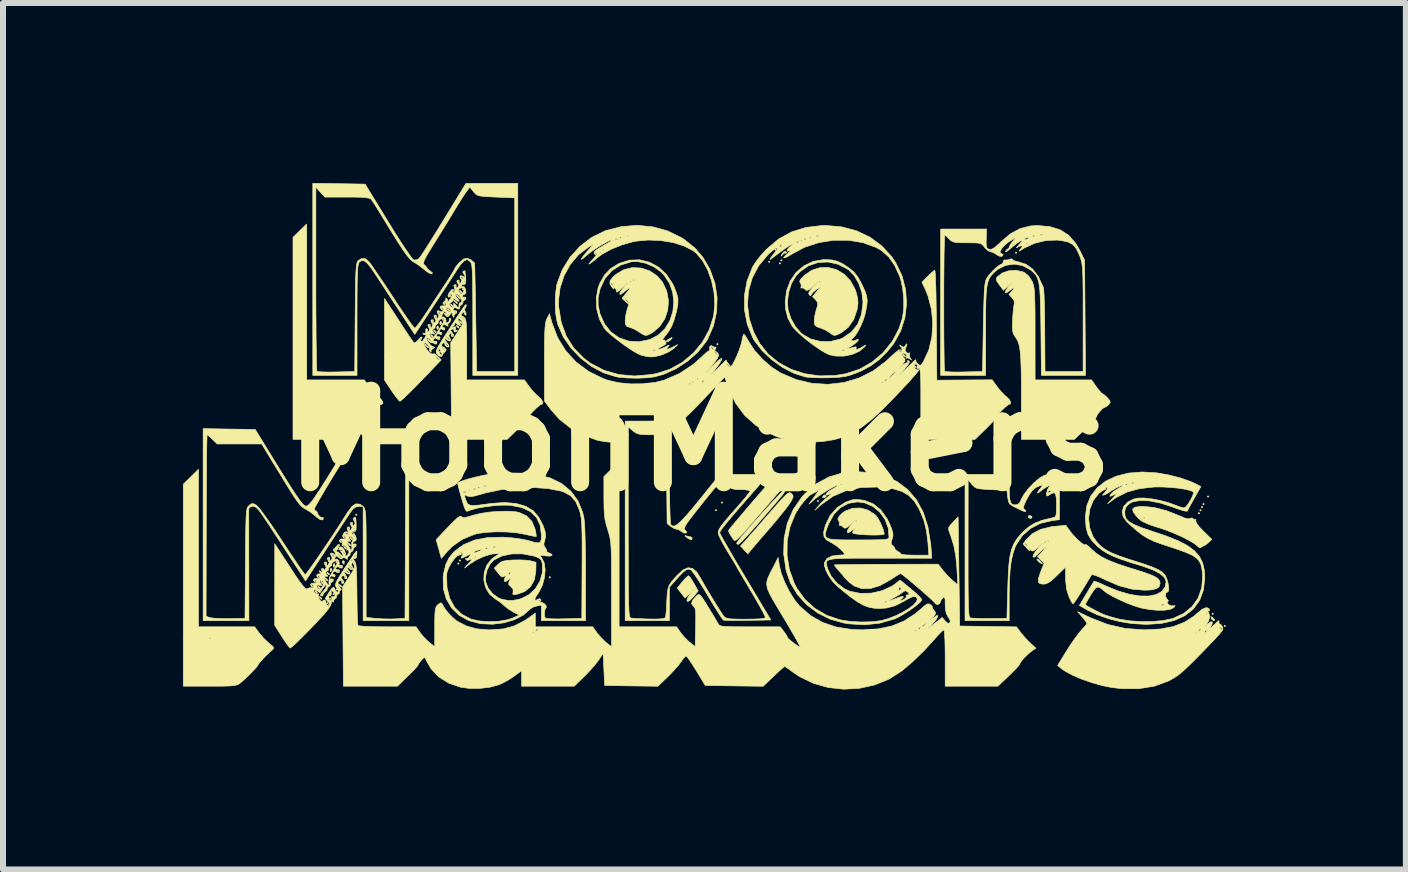
<source format=kicad_pcb>
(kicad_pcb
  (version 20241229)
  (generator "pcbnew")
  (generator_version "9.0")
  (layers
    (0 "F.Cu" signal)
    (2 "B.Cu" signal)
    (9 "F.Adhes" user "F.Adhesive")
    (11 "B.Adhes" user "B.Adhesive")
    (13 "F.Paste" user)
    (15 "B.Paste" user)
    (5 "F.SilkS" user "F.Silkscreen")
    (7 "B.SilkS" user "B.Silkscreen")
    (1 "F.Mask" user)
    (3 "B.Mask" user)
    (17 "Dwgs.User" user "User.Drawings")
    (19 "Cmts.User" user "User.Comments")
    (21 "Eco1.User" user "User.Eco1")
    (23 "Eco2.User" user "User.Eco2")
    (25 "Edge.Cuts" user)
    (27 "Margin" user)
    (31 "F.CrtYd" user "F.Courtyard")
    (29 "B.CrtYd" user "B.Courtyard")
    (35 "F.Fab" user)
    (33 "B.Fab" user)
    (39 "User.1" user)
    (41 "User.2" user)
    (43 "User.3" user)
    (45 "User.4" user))
  (footprint "MoonMakers"
    (layer "F.Cu")
    (at 8.616 4.299)
    (property "Reference" "MoonMakers" (at 0 0 0) (layer "F.SilkS") (effects (font (size 1.524 1.524) (thickness 0.3))))
    (attr through_hole)
    (fp_poly (pts (xy -6.034 1.728) (xy -6.033 1.727) (xy -6.032 1.727) (xy -6.034 1.728)) (stroke (width 0.01) (type solid)) (fill yes) (layer "F.SilkS"))
    (fp_poly (pts (xy -1.281 -2.399) (xy -1.281 -2.398) (xy -1.283 -2.4) (xy -1.281 -2.399)) (stroke (width 0.01) (type solid)) (fill yes) (layer "F.SilkS"))
    (fp_poly (pts (xy 3.321 -1.513) (xy 3.31 -1.508) (xy 3.306 -1.518) (xy 3.321 -1.513)) (stroke (width 0.01) (type solid)) (fill yes) (layer "F.SilkS"))
    (fp_poly (pts (xy -6.198 2.705) (xy -6.21 2.718) (xy -6.223 2.705) (xy -6.21 2.692) (xy -6.198 2.705)) (stroke (width 0.01) (type solid)) (fill yes) (layer "F.SilkS"))
    (fp_poly (pts (xy -6.147 2.629) (xy -6.16 2.642) (xy -6.172 2.629) (xy -6.16 2.616) (xy -6.147 2.629)) (stroke (width 0.01) (type solid)) (fill yes) (layer "F.SilkS"))
    (fp_poly (pts (xy -6.096 2.553) (xy -6.109 2.565) (xy -6.121 2.553) (xy -6.109 2.54) (xy -6.096 2.553)) (stroke (width 0.01) (type solid)) (fill yes) (layer "F.SilkS"))
    (fp_poly (pts (xy -6.045 2.019) (xy -6.058 2.032) (xy -6.071 2.019) (xy -6.058 2.007) (xy -6.045 2.019)) (stroke (width 0.01) (type solid)) (fill yes) (layer "F.SilkS"))
    (fp_poly (pts (xy -6.045 2.477) (xy -6.058 2.489) (xy -6.071 2.477) (xy -6.058 2.464) (xy -6.045 2.477)) (stroke (width 0.01) (type solid)) (fill yes) (layer "F.SilkS"))
    (fp_poly (pts (xy -5.715 1.232) (xy -5.728 1.245) (xy -5.74 1.232) (xy -5.728 1.219) (xy -5.715 1.232)) (stroke (width 0.01) (type solid)) (fill yes) (layer "F.SilkS"))
    (fp_poly (pts (xy -4.318 -1.486) (xy -4.331 -1.473) (xy -4.343 -1.486) (xy -4.331 -1.499) (xy -4.318 -1.486)) (stroke (width 0.01) (type solid)) (fill yes) (layer "F.SilkS"))
    (fp_poly (pts (xy -4.267 -2.019) (xy -4.28 -2.007) (xy -4.293 -2.019) (xy -4.28 -2.032) (xy -4.267 -2.019)) (stroke (width 0.01) (type solid)) (fill yes) (layer "F.SilkS"))
    (fp_poly (pts (xy -4.013 2.045) (xy -4.026 2.057) (xy -4.039 2.045) (xy -4.026 2.032) (xy -4.013 2.045)) (stroke (width 0.01) (type solid)) (fill yes) (layer "F.SilkS"))
    (fp_poly (pts (xy -3.988 1.994) (xy -4 2.007) (xy -4.013 1.994) (xy -4 1.981) (xy -3.988 1.994)) (stroke (width 0.01) (type solid)) (fill yes) (layer "F.SilkS"))
    (fp_poly (pts (xy -3.937 -2.527) (xy -3.95 -2.515) (xy -3.962 -2.527) (xy -3.95 -2.54) (xy -3.937 -2.527)) (stroke (width 0.01) (type solid)) (fill yes) (layer "F.SilkS"))
    (fp_poly (pts (xy -2.489 2.273) (xy -2.502 2.286) (xy -2.515 2.273) (xy -2.502 2.261) (xy -2.489 2.273)) (stroke (width 0.01) (type solid)) (fill yes) (layer "F.SilkS"))
    (fp_poly (pts (xy 0.279 1.156) (xy 0.267 1.168) (xy 0.254 1.156) (xy 0.267 1.143) (xy 0.279 1.156)) (stroke (width 0.01) (type solid)) (fill yes) (layer "F.SilkS"))
    (fp_poly (pts (xy 0.305 -1.613) (xy 0.292 -1.6) (xy 0.279 -1.613) (xy 0.292 -1.626) (xy 0.305 -1.613)) (stroke (width 0.01) (type solid)) (fill yes) (layer "F.SilkS"))
    (fp_poly (pts (xy 0.381 1.029) (xy 0.368 1.041) (xy 0.356 1.029) (xy 0.368 1.016) (xy 0.381 1.029)) (stroke (width 0.01) (type solid)) (fill yes) (layer "F.SilkS"))
    (fp_poly (pts (xy 1.168 -2.985) (xy 1.156 -2.972) (xy 1.143 -2.985) (xy 1.156 -2.997) (xy 1.168 -2.985)) (stroke (width 0.01) (type solid)) (fill yes) (layer "F.SilkS"))
    (fp_poly (pts (xy 1.27 -3.188) (xy 1.257 -3.175) (xy 1.245 -3.188) (xy 1.257 -3.2) (xy 1.27 -3.188)) (stroke (width 0.01) (type solid)) (fill yes) (layer "F.SilkS"))
    (fp_poly (pts (xy 1.346 -2.959) (xy 1.333 -2.946) (xy 1.321 -2.959) (xy 1.333 -2.972) (xy 1.346 -2.959)) (stroke (width 0.01) (type solid)) (fill yes) (layer "F.SilkS"))
    (fp_poly (pts (xy 1.372 -3.01) (xy 1.359 -2.997) (xy 1.346 -3.01) (xy 1.359 -3.023) (xy 1.372 -3.01)) (stroke (width 0.01) (type solid)) (fill yes) (layer "F.SilkS"))
    (fp_poly (pts (xy 1.981 1.003) (xy 1.968 1.016) (xy 1.956 1.003) (xy 1.968 0.991) (xy 1.981 1.003)) (stroke (width 0.01) (type solid)) (fill yes) (layer "F.SilkS"))
    (fp_poly (pts (xy 3.607 -1.232) (xy 3.594 -1.219) (xy 3.581 -1.232) (xy 3.594 -1.245) (xy 3.607 -1.232)) (stroke (width 0.01) (type solid)) (fill yes) (layer "F.SilkS"))
    (fp_poly (pts (xy 5.283 -3.137) (xy 5.271 -3.124) (xy 5.258 -3.137) (xy 5.271 -3.15) (xy 5.283 -3.137)) (stroke (width 0.01) (type solid)) (fill yes) (layer "F.SilkS"))
    (fp_poly (pts (xy 8.331 1.206) (xy 8.319 1.219) (xy 8.306 1.206) (xy 8.319 1.194) (xy 8.331 1.206)) (stroke (width 0.01) (type solid)) (fill yes) (layer "F.SilkS"))
    (fp_poly (pts (xy 8.357 1.156) (xy 8.344 1.168) (xy 8.331 1.156) (xy 8.344 1.143) (xy 8.357 1.156)) (stroke (width 0.01) (type solid)) (fill yes) (layer "F.SilkS"))
    (fp_poly (pts (xy 8.382 1.105) (xy 8.369 1.118) (xy 8.357 1.105) (xy 8.369 1.092) (xy 8.382 1.105)) (stroke (width 0.01) (type solid)) (fill yes) (layer "F.SilkS"))
    (fp_poly (pts (xy 8.407 1.054) (xy 8.395 1.067) (xy 8.382 1.054) (xy 8.395 1.041) (xy 8.407 1.054)) (stroke (width 0.01) (type solid)) (fill yes) (layer "F.SilkS"))
    (fp_poly (pts (xy 8.484 0.927) (xy 8.471 0.94) (xy 8.458 0.927) (xy 8.471 0.914) (xy 8.484 0.927)) (stroke (width 0.01) (type solid)) (fill yes) (layer "F.SilkS"))
    (fp_poly (pts (xy 8.56 2.883) (xy 8.547 2.896) (xy 8.534 2.883) (xy 8.547 2.87) (xy 8.56 2.883)) (stroke (width 0.01) (type solid)) (fill yes) (layer "F.SilkS"))
    (fp_poly (pts (xy 8.763 3.086) (xy 8.75 3.099) (xy 8.738 3.086) (xy 8.75 3.073) (xy 8.763 3.086)) (stroke (width 0.01) (type solid)) (fill yes) (layer "F.SilkS"))
    (fp_poly (pts (xy 3.344 -1.518) (xy 3.345 -1.503) (xy 3.327 -1.511) (xy 3.321 -1.513) (xy 3.337 -1.521) (xy 3.344 -1.518)) (stroke (width 0.01) (type solid)) (fill yes) (layer "F.SilkS"))
    (fp_poly (pts (xy -6.405 2.499) (xy -6.378 2.523) (xy -6.375 2.529) (xy -6.387 2.539) (xy -6.413 2.516) (xy -6.416 2.511) (xy -6.419 2.493) (xy -6.405 2.499)) (stroke (width 0.01) (type solid)) (fill yes) (layer "F.SilkS"))
    (fp_poly (pts (xy -6.354 2.423) (xy -6.327 2.449) (xy -6.332 2.464) (xy -6.336 2.464) (xy -6.357 2.446) (xy -6.365 2.434) (xy -6.368 2.417) (xy -6.354 2.423)) (stroke (width 0.01) (type solid)) (fill yes) (layer "F.SilkS"))
    (fp_poly (pts (xy -6.329 2.169) (xy -6.301 2.195) (xy -6.307 2.21) (xy -6.31 2.21) (xy -6.332 2.192) (xy -6.34 2.18) (xy -6.343 2.163) (xy -6.329 2.169)) (stroke (width 0.01) (type solid)) (fill yes) (layer "F.SilkS"))
    (fp_poly (pts (xy -6.329 2.601) (xy -6.301 2.627) (xy -6.307 2.641) (xy -6.31 2.642) (xy -6.332 2.624) (xy -6.34 2.612) (xy -6.343 2.595) (xy -6.329 2.601)) (stroke (width 0.01) (type solid)) (fill yes) (layer "F.SilkS"))
    (fp_poly (pts (xy -6.303 2.347) (xy -6.276 2.373) (xy -6.281 2.387) (xy -6.285 2.388) (xy -6.306 2.37) (xy -6.314 2.358) (xy -6.317 2.341) (xy -6.303 2.347)) (stroke (width 0.01) (type solid)) (fill yes) (layer "F.SilkS"))
    (fp_poly (pts (xy -6.202 2.195) (xy -6.174 2.218) (xy -6.172 2.224) (xy -6.184 2.234) (xy -6.209 2.211) (xy -6.213 2.206) (xy -6.216 2.188) (xy -6.202 2.195)) (stroke (width 0.01) (type solid)) (fill yes) (layer "F.SilkS"))
    (fp_poly (pts (xy -6.142 2.124) (xy -6.132 2.153) (xy -6.135 2.161) (xy -6.156 2.183) (xy -6.164 2.157) (xy -6.164 2.147) (xy -6.153 2.122) (xy -6.142 2.124)) (stroke (width 0.01) (type solid)) (fill yes) (layer "F.SilkS"))
    (fp_poly (pts (xy -6.091 2.048) (xy -6.081 2.077) (xy -6.084 2.085) (xy -6.105 2.107) (xy -6.113 2.081) (xy -6.113 2.071) (xy -6.102 2.046) (xy -6.091 2.048)) (stroke (width 0.01) (type solid)) (fill yes) (layer "F.SilkS"))
    (fp_poly (pts (xy -5.998 2.398) (xy -5.971 2.421) (xy -5.969 2.427) (xy -5.981 2.438) (xy -6.006 2.414) (xy -6.01 2.409) (xy -6.013 2.392) (xy -5.998 2.398)) (stroke (width 0.01) (type solid)) (fill yes) (layer "F.SilkS"))
    (fp_poly (pts (xy -5.929 2.004) (xy -5.927 2.02) (xy -5.932 2.055) (xy -5.951 2.041) (xy -5.955 2.034) (xy -5.954 2.002) (xy -5.948 1.997) (xy -5.929 2.004)) (stroke (width 0.01) (type solid)) (fill yes) (layer "F.SilkS"))
    (fp_poly (pts (xy -5.922 1.763) (xy -5.895 1.788) (xy -5.9 1.803) (xy -5.904 1.803) (xy -5.925 1.785) (xy -5.933 1.774) (xy -5.936 1.757) (xy -5.922 1.763)) (stroke (width 0.01) (type solid)) (fill yes) (layer "F.SilkS"))
    (fp_poly (pts (xy -5.821 1.61) (xy -5.793 1.634) (xy -5.791 1.64) (xy -5.803 1.65) (xy -5.828 1.627) (xy -5.832 1.622) (xy -5.835 1.604) (xy -5.821 1.61)) (stroke (width 0.01) (type solid)) (fill yes) (layer "F.SilkS"))
    (fp_poly (pts (xy -4.525 -1.692) (xy -4.498 -1.668) (xy -4.496 -1.662) (xy -4.508 -1.652) (xy -4.533 -1.675) (xy -4.536 -1.68) (xy -4.539 -1.698) (xy -4.525 -1.692)) (stroke (width 0.01) (type solid)) (fill yes) (layer "F.SilkS"))
    (fp_poly (pts (xy -4.474 -1.768) (xy -4.447 -1.744) (xy -4.445 -1.738) (xy -4.457 -1.728) (xy -4.482 -1.751) (xy -4.486 -1.757) (xy -4.489 -1.774) (xy -4.474 -1.768)) (stroke (width 0.01) (type solid)) (fill yes) (layer "F.SilkS"))
    (fp_poly (pts (xy -4.424 -1.844) (xy -4.396 -1.818) (xy -4.402 -1.804) (xy -4.405 -1.803) (xy -4.427 -1.821) (xy -4.435 -1.833) (xy -4.438 -1.85) (xy -4.424 -1.844)) (stroke (width 0.01) (type solid)) (fill yes) (layer "F.SilkS"))
    (fp_poly (pts (xy -4.364 -1.915) (xy -4.354 -1.885) (xy -4.357 -1.878) (xy -4.378 -1.856) (xy -4.386 -1.882) (xy -4.386 -1.891) (xy -4.375 -1.917) (xy -4.364 -1.915)) (stroke (width 0.01) (type solid)) (fill yes) (layer "F.SilkS"))
    (fp_poly (pts (xy -4.313 -1.991) (xy -4.303 -1.962) (xy -4.306 -1.954) (xy -4.327 -1.932) (xy -4.335 -1.958) (xy -4.335 -1.967) (xy -4.324 -1.993) (xy -4.313 -1.991)) (stroke (width 0.01) (type solid)) (fill yes) (layer "F.SilkS"))
    (fp_poly (pts (xy -4.195 -2.2) (xy -4.168 -2.174) (xy -4.173 -2.159) (xy -4.177 -2.159) (xy -4.198 -2.177) (xy -4.206 -2.188) (xy -4.209 -2.206) (xy -4.195 -2.2)) (stroke (width 0.01) (type solid)) (fill yes) (layer "F.SilkS"))
    (fp_poly (pts (xy -4.144 -2.276) (xy -4.117 -2.252) (xy -4.115 -2.246) (xy -4.127 -2.236) (xy -4.152 -2.259) (xy -4.155 -2.265) (xy -4.158 -2.282) (xy -4.144 -2.276)) (stroke (width 0.01) (type solid)) (fill yes) (layer "F.SilkS"))
    (fp_poly (pts (xy -4.043 -1.92) (xy -4.015 -1.895) (xy -4.021 -1.88) (xy -4.024 -1.88) (xy -4.046 -1.898) (xy -4.054 -1.909) (xy -4.057 -1.926) (xy -4.043 -1.92)) (stroke (width 0.01) (type solid)) (fill yes) (layer "F.SilkS"))
    (fp_poly (pts (xy -3.992 -2.504) (xy -3.964 -2.479) (xy -3.97 -2.464) (xy -3.974 -2.464) (xy -3.995 -2.482) (xy -4.003 -2.493) (xy -4.006 -2.511) (xy -3.992 -2.504)) (stroke (width 0.01) (type solid)) (fill yes) (layer "F.SilkS"))
    (fp_poly (pts (xy -3.992 -1.996) (xy -3.964 -1.971) (xy -3.97 -1.956) (xy -3.974 -1.956) (xy -3.995 -1.974) (xy -4.003 -1.985) (xy -4.006 -2.003) (xy -3.992 -1.996)) (stroke (width 0.01) (type solid)) (fill yes) (layer "F.SilkS"))
    (fp_poly (pts (xy 2.085 0.903) (xy 2.107 0.925) (xy 2.081 0.944) (xy 2.071 0.948) (xy 2.046 0.947) (xy 2.049 0.926) (xy 2.073 0.901) (xy 2.085 0.903)) (stroke (width 0.01) (type solid)) (fill yes) (layer "F.SilkS"))
    (fp_poly (pts (xy 3.4 -1.438) (xy 3.427 -1.412) (xy 3.421 -1.397) (xy 3.418 -1.397) (xy 3.396 -1.415) (xy 3.388 -1.426) (xy 3.385 -1.444) (xy 3.4 -1.438)) (stroke (width 0.01) (type solid)) (fill yes) (layer "F.SilkS"))
    (fp_poly (pts (xy -6.26 2.269) (xy -6.242 2.283) (xy -6.207 2.314) (xy -6.198 2.327) (xy -6.21 2.335) (xy -6.244 2.302) (xy -6.252 2.292) (xy -6.274 2.262) (xy -6.26 2.269)) (stroke (width 0.01) (type solid)) (fill yes) (layer "F.SilkS"))
    (fp_poly (pts (xy -5.879 1.684) (xy -5.861 1.699) (xy -5.826 1.73) (xy -5.817 1.743) (xy -5.829 1.751) (xy -5.863 1.718) (xy -5.871 1.708) (xy -5.893 1.678) (xy -5.879 1.684)) (stroke (width 0.01) (type solid)) (fill yes) (layer "F.SilkS"))
    (fp_poly (pts (xy -4.584 -1.618) (xy -4.566 -1.603) (xy -4.53 -1.572) (xy -4.521 -1.559) (xy -4.534 -1.551) (xy -4.567 -1.584) (xy -4.575 -1.594) (xy -4.597 -1.624) (xy -4.584 -1.618)) (stroke (width 0.01) (type solid)) (fill yes) (layer "F.SilkS"))
    (fp_poly (pts (xy -4.101 -2.354) (xy -4.083 -2.34) (xy -4.048 -2.309) (xy -4.039 -2.296) (xy -4.051 -2.288) (xy -4.085 -2.321) (xy -4.093 -2.33) (xy -4.115 -2.361) (xy -4.101 -2.354)) (stroke (width 0.01) (type solid)) (fill yes) (layer "F.SilkS"))
    (fp_poly (pts (xy -4.051 -2.43) (xy -4.032 -2.416) (xy -3.993 -2.379) (xy -3.993 -2.363) (xy -3.997 -2.362) (xy -4.019 -2.38) (xy -4.042 -2.407) (xy -4.064 -2.437) (xy -4.051 -2.43)) (stroke (width 0.01) (type solid)) (fill yes) (layer "F.SilkS"))
    (fp_poly (pts (xy -0.463 -1.714) (xy -0.479 -1.693) (xy -0.517 -1.66) (xy -0.549 -1.65) (xy -0.559 -1.663) (xy -0.539 -1.682) (xy -0.502 -1.705) (xy -0.463 -1.724) (xy -0.463 -1.714)) (stroke (width 0.01) (type solid)) (fill yes) (layer "F.SilkS"))
    (fp_poly (pts (xy 5.532 1.258) (xy 5.537 1.27) (xy 5.519 1.295) (xy 5.513 1.295) (xy 5.479 1.277) (xy 5.474 1.27) (xy 5.479 1.248) (xy 5.498 1.245) (xy 5.532 1.258)) (stroke (width 0.01) (type solid)) (fill yes) (layer "F.SilkS"))
    (fp_poly (pts (xy 5.642 1.975) (xy 5.677 2.006) (xy 5.709 2.047) (xy 5.704 2.053) (xy 5.662 2.025) (xy 5.653 2.019) (xy 5.621 1.986) (xy 5.618 1.969) (xy 5.642 1.975)) (stroke (width 0.01) (type solid)) (fill yes) (layer "F.SilkS"))
    (fp_poly (pts (xy 8.539 2.94) (xy 8.547 2.946) (xy 8.582 2.982) (xy 8.574 2.996) (xy 8.563 2.997) (xy 8.535 2.977) (xy 8.524 2.956) (xy 8.517 2.928) (xy 8.539 2.94)) (stroke (width 0.01) (type solid)) (fill yes) (layer "F.SilkS"))
    (fp_poly (pts (xy -0.22 1.585) (xy -0.169 1.598) (xy -0.15 1.6) (xy -0.128 1.62) (xy -0.127 1.626) (xy -0.142 1.649) (xy -0.185 1.634) (xy -0.217 1.611) (xy -0.25 1.583) (xy -0.243 1.579) (xy -0.22 1.585)) (stroke (width 0.01) (type solid)) (fill yes) (layer "F.SilkS"))
    (fp_poly (pts (xy 1.448 -3.131) (xy 1.435 -3.129) (xy 1.431 -3.132) (xy 1.405 -3.129) (xy 1.379 -3.105) (xy 1.356 -3.078) (xy 1.358 -3.091) (xy 1.371 -3.119) (xy 1.402 -3.154) (xy 1.434 -3.159) (xy 1.448 -3.131)) (stroke (width 0.01) (type solid)) (fill yes) (layer "F.SilkS"))
    (fp_poly (pts (xy -0.168 2.268) (xy -0.132 2.321) (xy -0.099 2.375) (xy -0.028 2.502) (xy -0.111 2.602) (xy -0.167 2.66) (xy -0.201 2.678) (xy -0.215 2.669) (xy -0.211 2.63) (xy -0.169 2.567) (xy -0.149 2.544) (xy -0.064 2.451) (xy -0.155 2.535) (xy -0.247 2.62) (xy -0.313 2.536) (xy -0.378 2.453) (xy -0.294 2.35) (xy -0.243 2.292) (xy -0.203 2.255) (xy -0.19 2.248) (xy -0.168 2.268)) (stroke (width 0.01) (type solid)) (fill yes) (layer "F.SilkS"))
    (fp_poly (pts (xy 1.424 0.827) (xy 1.395 0.877) (xy 1.366 0.915) (xy 1.178 1.136) (xy 1.016 1.324) (xy 0.882 1.478) (xy 0.775 1.595) (xy 0.699 1.676) (xy 0.652 1.719) (xy 0.639 1.726) (xy 0.614 1.714) (xy 0.614 1.703) (xy 0.635 1.671) (xy 0.684 1.61) (xy 0.754 1.526) (xy 0.84 1.426) (xy 0.937 1.316) (xy 1.039 1.203) (xy 1.139 1.093) (xy 1.232 0.991) (xy 1.313 0.906) (xy 1.376 0.842) (xy 1.415 0.806) (xy 1.425 0.801) (xy 1.424 0.827)) (stroke (width 0.01) (type solid)) (fill yes) (layer "F.SilkS"))
    (fp_poly (pts (xy 1.275 0.602) (xy 1.312 0.648) (xy 1.331 0.672) (xy 1.398 0.759) (xy 1.039 1.173) (xy 0.905 1.328) (xy 0.801 1.449) (xy 0.722 1.539) (xy 0.664 1.601) (xy 0.624 1.64) (xy 0.596 1.658) (xy 0.577 1.659) (xy 0.562 1.648) (xy 0.547 1.626) (xy 0.53 1.6) (xy 0.493 1.542) (xy 0.477 1.501) (xy 0.477 1.494) (xy 0.494 1.47) (xy 0.539 1.415) (xy 0.605 1.335) (xy 0.688 1.238) (xy 0.781 1.128) (xy 0.879 1.013) (xy 0.977 0.9) (xy 1.068 0.795) (xy 1.147 0.704) (xy 1.209 0.635) (xy 1.247 0.593) (xy 1.257 0.584) (xy 1.275 0.602)) (stroke (width 0.01) (type solid)) (fill yes) (layer "F.SilkS"))
    (fp_poly (pts (xy 1.519 0.872) (xy 1.524 0.877) (xy 1.551 0.905) (xy 1.554 0.934) (xy 1.534 0.981) (xy 1.512 1.019) (xy 1.476 1.073) (xy 1.413 1.156) (xy 1.331 1.258) (xy 1.237 1.371) (xy 1.178 1.44) (xy 1.082 1.551) (xy 0.993 1.654) (xy 0.92 1.739) (xy 0.869 1.799) (xy 0.851 1.821) (xy 0.8 1.883) (xy 0.738 1.818) (xy 0.677 1.752) (xy 0.741 1.683) (xy 0.777 1.642) (xy 0.84 1.57) (xy 0.924 1.475) (xy 1.022 1.362) (xy 1.129 1.239) (xy 1.142 1.224) (xy 1.256 1.093) (xy 1.342 0.996) (xy 1.405 0.929) (xy 1.449 0.887) (xy 1.48 0.867) (xy 1.501 0.863) (xy 1.519 0.872)) (stroke (width 0.01) (type solid)) (fill yes) (layer "F.SilkS"))
    (fp_poly (pts (xy -6.553 -1.016) (xy -5.594 -1.016) (xy -5.526 -0.927) (xy -5.489 -0.874) (xy -5.474 -0.842) (xy -5.476 -0.838) (xy -5.468 -0.825) (xy -5.428 -0.791) (xy -5.389 -0.762) (xy -5.326 -0.708) (xy -5.289 -0.658) (xy -5.282 -0.622) (xy -5.309 -0.61) (xy -5.342 -0.592) (xy -5.393 -0.547) (xy -5.45 -0.488) (xy -5.501 -0.43) (xy -5.533 -0.384) (xy -5.537 -0.369) (xy -5.559 -0.336) (xy -5.613 -0.305) (xy -5.679 -0.283) (xy -5.716 -0.279) (xy -5.764 -0.255) (xy -5.823 -0.185) (xy -5.844 -0.152) (xy -5.923 -0.025) (xy -6.782 -0.025) (xy -6.782 -0.826) (xy -6.35 -0.826) (xy -6.337 -0.813) (xy -6.325 -0.826) (xy -6.337 -0.838) (xy -6.35 -0.826) (xy -6.782 -0.826) (xy -6.782 -3.393) (xy -6.668 -3.505) (xy -6.553 -3.617) (xy -6.553 -1.016)) (stroke (width 0.01) (type solid)) (fill yes) (layer "F.SilkS"))
    (fp_poly (pts (xy -3.064 1.182) (xy -3.012 1.193) (xy -2.887 1.251) (xy -2.798 1.345) (xy -2.746 1.473) (xy -2.732 1.542) (xy -2.727 1.586) (xy -2.728 1.594) (xy -2.755 1.592) (xy -2.817 1.58) (xy -2.903 1.56) (xy -2.911 1.558) (xy -3.056 1.532) (xy -3.225 1.518) (xy -3.401 1.516) (xy -3.567 1.525) (xy -3.707 1.545) (xy -3.756 1.558) (xy -3.958 1.64) (xy -4.124 1.756) (xy -4.21 1.843) (xy -4.309 1.959) (xy -4.352 1.803) (xy -4.396 1.647) (xy -4.198 1.437) (xy -4.107 1.344) (xy -4.044 1.285) (xy -4.003 1.258) (xy -3.979 1.257) (xy -3.975 1.261) (xy -3.952 1.277) (xy -3.911 1.276) (xy -3.84 1.259) (xy -3.785 1.241) (xy -3.655 1.209) (xy -3.502 1.186) (xy -3.342 1.174) (xy -3.191 1.172) (xy -3.064 1.182)) (stroke (width 0.01) (type solid)) (fill yes) (layer "F.SilkS"))
    (fp_poly (pts (xy -8.357 3.099) (xy -7.421 3.099) (xy -7.347 3.2) (xy -7.279 3.281) (xy -7.2 3.358) (xy -7.178 3.376) (xy -7.123 3.422) (xy -7.104 3.451) (xy -7.115 3.473) (xy -7.128 3.484) (xy -7.179 3.529) (xy -7.24 3.588) (xy -7.298 3.65) (xy -7.344 3.702) (xy -7.366 3.734) (xy -7.366 3.736) (xy -7.383 3.763) (xy -7.428 3.814) (xy -7.49 3.879) (xy -7.559 3.946) (xy -7.626 4.007) (xy -7.662 4.037) (xy -7.69 4.056) (xy -7.723 4.07) (xy -7.769 4.079) (xy -7.838 4.085) (xy -7.935 4.088) (xy -8.071 4.089) (xy -8.17 4.089) (xy -8.611 4.089) (xy -8.611 3.289) (xy -8.179 3.289) (xy -8.166 3.302) (xy -8.153 3.289) (xy -8.166 3.277) (xy -8.179 3.289) (xy -8.611 3.289) (xy -8.611 0.722) (xy -8.484 0.597) (xy -8.357 0.472) (xy -8.357 3.099)) (stroke (width 0.01) (type solid)) (fill yes) (layer "F.SilkS"))
    (fp_poly (pts (xy -2.895 1.989) (xy -2.823 1.999) (xy -2.819 2) (xy -2.731 2.023) (xy -2.734 2.17) (xy -2.758 2.314) (xy -2.822 2.43) (xy -2.923 2.513) (xy -3.045 2.556) (xy -3.101 2.564) (xy -3.12 2.554) (xy -3.113 2.521) (xy -3.116 2.467) (xy -3.151 2.43) (xy -3.187 2.396) (xy -3.185 2.357) (xy -3.173 2.333) (xy -3.153 2.292) (xy -3.162 2.292) (xy -3.192 2.318) (xy -3.24 2.347) (xy -3.263 2.335) (xy -3.252 2.287) (xy -3.246 2.276) (xy -3.229 2.24) (xy -3.241 2.242) (xy -3.257 2.255) (xy -3.287 2.27) (xy -3.319 2.255) (xy -3.337 2.234) (xy -3.194 2.234) (xy -3.191 2.235) (xy -3.168 2.217) (xy -3.162 2.21) (xy -3.156 2.186) (xy -3.159 2.184) (xy -3.182 2.202) (xy -3.188 2.21) (xy -3.194 2.234) (xy -3.337 2.234) (xy -3.362 2.204) (xy -3.428 2.121) (xy -3.364 2.058) (xy -3.324 2.024) (xy -3.276 2.004) (xy -3.206 1.992) (xy -3.105 1.985) (xy -2.996 1.984) (xy -2.895 1.989)) (stroke (width 0.01) (type solid)) (fill yes) (layer "F.SilkS"))
    (fp_poly (pts (xy 2.807 1.155) (xy 2.92 1.23) (xy 2.939 1.249) (xy 2.978 1.306) (xy 3.019 1.386) (xy 3.054 1.471) (xy 3.072 1.539) (xy 3.073 1.553) (xy 3.05 1.563) (xy 2.987 1.568) (xy 2.897 1.57) (xy 2.791 1.567) (xy 2.679 1.56) (xy 2.635 1.556) (xy 2.567 1.546) (xy 2.544 1.527) (xy 2.562 1.49) (xy 2.584 1.462) (xy 2.595 1.445) (xy 2.573 1.46) (xy 2.549 1.482) (xy 2.49 1.525) (xy 2.458 1.529) (xy 2.457 1.499) (xy 2.49 1.44) (xy 2.507 1.418) (xy 2.575 1.333) (xy 2.591 1.333) (xy 2.603 1.346) (xy 2.616 1.333) (xy 2.603 1.321) (xy 2.591 1.333) (xy 2.575 1.333) (xy 2.498 1.404) (xy 2.447 1.447) (xy 2.416 1.457) (xy 2.391 1.439) (xy 2.389 1.436) (xy 2.353 1.41) (xy 2.334 1.411) (xy 2.322 1.405) (xy 2.326 1.388) (xy 2.324 1.347) (xy 2.313 1.335) (xy 2.299 1.302) (xy 2.324 1.254) (xy 2.38 1.199) (xy 2.422 1.171) (xy 2.544 1.123) (xy 2.677 1.119) (xy 2.807 1.155)) (stroke (width 0.01) (type solid)) (fill yes) (layer "F.SilkS"))
    (fp_poly (pts (xy 7.571 1.11) (xy 7.774 1.162) (xy 7.978 1.242) (xy 7.985 1.245) (xy 8.083 1.287) (xy 8.145 1.3) (xy 8.169 1.293) (xy 8.204 1.283) (xy 8.216 1.295) (xy 8.247 1.311) (xy 8.256 1.307) (xy 8.27 1.312) (xy 8.266 1.329) (xy 8.276 1.367) (xy 8.322 1.43) (xy 8.393 1.504) (xy 8.534 1.642) (xy 8.476 1.697) (xy 8.426 1.736) (xy 8.389 1.753) (xy 8.389 1.753) (xy 8.355 1.772) (xy 8.352 1.78) (xy 8.331 1.783) (xy 8.294 1.754) (xy 8.293 1.752) (xy 8.237 1.708) (xy 8.144 1.654) (xy 8.026 1.594) (xy 7.893 1.536) (xy 7.758 1.483) (xy 7.645 1.446) (xy 7.554 1.417) (xy 7.483 1.392) (xy 7.445 1.376) (xy 7.442 1.374) (xy 7.409 1.356) (xy 7.391 1.352) (xy 7.353 1.329) (xy 7.33 1.308) (xy 7.341 1.308) (xy 7.353 1.321) (xy 7.366 1.308) (xy 7.353 1.295) (xy 7.341 1.308) (xy 7.33 1.308) (xy 7.302 1.283) (xy 7.391 1.283) (xy 7.404 1.295) (xy 7.417 1.283) (xy 7.404 1.27) (xy 7.391 1.283) (xy 7.302 1.283) (xy 7.3 1.28) (xy 7.272 1.251) (xy 7.222 1.181) (xy 7.214 1.134) (xy 7.251 1.106) (xy 7.333 1.093) (xy 7.384 1.092) (xy 7.571 1.11)) (stroke (width 0.01) (type solid)) (fill yes) (layer "F.SilkS"))
    (fp_poly (pts (xy 2.281 -2.853) (xy 2.406 -2.778) (xy 2.51 -2.669) (xy 2.587 -2.528) (xy 2.605 -2.476) (xy 2.63 -2.376) (xy 2.636 -2.296) (xy 2.625 -2.21) (xy 2.62 -2.186) (xy 2.565 -2.025) (xy 2.476 -1.896) (xy 2.365 -1.808) (xy 2.292 -1.77) (xy 2.246 -1.757) (xy 2.207 -1.77) (xy 2.163 -1.804) (xy 2.098 -1.845) (xy 2.017 -1.879) (xy 2.004 -1.883) (xy 1.94 -1.907) (xy 1.912 -1.936) (xy 1.906 -1.99) (xy 1.906 -2.004) (xy 1.916 -2.09) (xy 1.939 -2.183) (xy 1.943 -2.197) (xy 1.964 -2.263) (xy 1.963 -2.304) (xy 1.938 -2.341) (xy 1.928 -2.352) (xy 1.877 -2.406) (xy 2.019 -2.577) (xy 1.937 -2.519) (xy 1.884 -2.475) (xy 1.856 -2.438) (xy 1.854 -2.432) (xy 1.844 -2.417) (xy 1.824 -2.433) (xy 1.813 -2.461) (xy 1.833 -2.502) (xy 1.881 -2.559) (xy 1.968 -2.654) (xy 1.981 -2.654) (xy 1.994 -2.642) (xy 2.007 -2.654) (xy 1.994 -2.667) (xy 1.981 -2.654) (xy 1.968 -2.654) (xy 1.877 -2.571) (xy 1.821 -2.522) (xy 1.786 -2.506) (xy 1.762 -2.517) (xy 1.754 -2.526) (xy 1.716 -2.551) (xy 1.695 -2.548) (xy 1.681 -2.548) (xy 1.687 -2.563) (xy 1.689 -2.605) (xy 1.675 -2.63) (xy 1.663 -2.659) (xy 1.679 -2.695) (xy 1.73 -2.748) (xy 1.737 -2.755) (xy 1.864 -2.844) (xy 2.002 -2.888) (xy 2.144 -2.89) (xy 2.281 -2.853)) (stroke (width 0.01) (type solid)) (fill yes) (layer "F.SilkS"))
    (fp_poly (pts (xy 5.389 -2.816) (xy 5.413 -2.805) (xy 5.481 -2.748) (xy 5.537 -2.662) (xy 5.539 -2.659) (xy 5.552 -2.625) (xy 5.563 -2.586) (xy 5.572 -2.537) (xy 5.578 -2.471) (xy 5.582 -2.382) (xy 5.585 -2.264) (xy 5.587 -2.11) (xy 5.587 -1.916) (xy 5.587 -1.784) (xy 5.588 -1.016) (xy 6.529 -1.016) (xy 6.609 -0.902) (xy 6.657 -0.839) (xy 6.695 -0.797) (xy 6.709 -0.787) (xy 6.738 -0.77) (xy 6.783 -0.729) (xy 6.793 -0.719) (xy 6.833 -0.671) (xy 6.84 -0.64) (xy 6.818 -0.608) (xy 6.815 -0.604) (xy 6.772 -0.569) (xy 6.745 -0.559) (xy 6.713 -0.54) (xy 6.67 -0.495) (xy 6.629 -0.442) (xy 6.606 -0.397) (xy 6.604 -0.388) (xy 6.587 -0.363) (xy 6.54 -0.312) (xy 6.472 -0.244) (xy 6.423 -0.197) (xy 6.242 -0.025) (xy 5.359 -0.025) (xy 5.359 -0.743) (xy 5.358 -0.979) (xy 5.356 -1.17) (xy 5.351 -1.322) (xy 5.344 -1.442) (xy 5.334 -1.533) (xy 5.32 -1.604) (xy 5.301 -1.659) (xy 5.277 -1.705) (xy 5.257 -1.734) (xy 5.23 -1.776) (xy 5.215 -1.822) (xy 5.209 -1.885) (xy 5.211 -1.979) (xy 5.213 -2.028) (xy 5.22 -2.133) (xy 5.229 -2.22) (xy 5.238 -2.277) (xy 5.241 -2.287) (xy 5.238 -2.336) (xy 5.205 -2.384) (xy 5.151 -2.442) (xy 5.211 -2.508) (xy 5.239 -2.545) (xy 5.232 -2.552) (xy 5.196 -2.531) (xy 5.15 -2.494) (xy 5.106 -2.466) (xy 5.089 -2.474) (xy 5.099 -2.508) (xy 5.136 -2.562) (xy 5.145 -2.572) (xy 5.22 -2.654) (xy 5.06 -2.511) (xy 4.991 -2.602) (xy 4.949 -2.662) (xy 4.939 -2.7) (xy 4.954 -2.732) (xy 4.954 -2.732) (xy 5.039 -2.798) (xy 5.151 -2.836) (xy 5.273 -2.843) (xy 5.389 -2.816)) (stroke (width 0.01) (type solid)) (fill yes) (layer "F.SilkS"))
    (fp_poly (pts (xy -1.188 -2.282) (xy -1.188 -2.309) (xy -1.212 -2.34) (xy -1.227 -2.354) (xy -1.281 -2.399) (xy -1.28 -2.4) (xy -1.242 -2.447) (xy -1.213 -2.481) (xy -1.172 -2.533) (xy -1.166 -2.552) (xy -1.194 -2.538) (xy -1.252 -2.492) (xy -1.264 -2.481) (xy -1.313 -2.445) (xy -1.335 -2.445) (xy -1.33 -2.475) (xy -1.296 -2.526) (xy -1.268 -2.559) (xy -1.181 -2.654) (xy -1.168 -2.654) (xy -1.156 -2.642) (xy -1.143 -2.654) (xy -1.156 -2.667) (xy -1.168 -2.654) (xy -1.181 -2.654) (xy -1.293 -2.553) (xy -1.348 -2.504) (xy -1.383 -2.478) (xy -1.388 -2.48) (xy -1.392 -2.517) (xy -1.415 -2.543) (xy -1.445 -2.565) (xy -1.443 -2.551) (xy -1.438 -2.54) (xy -1.437 -2.531) (xy -1.462 -2.556) (xy -1.469 -2.565) (xy -1.5 -2.618) (xy -1.499 -2.634) (xy -1.495 -2.634) (xy -1.488 -2.62) (xy -1.463 -2.593) (xy -1.448 -2.598) (xy -1.448 -2.602) (xy -1.466 -2.623) (xy -1.477 -2.631) (xy -1.495 -2.634) (xy -1.499 -2.634) (xy -1.497 -2.668) (xy -1.488 -2.68) (xy -1.118 -2.68) (xy -1.105 -2.667) (xy -1.092 -2.68) (xy -1.105 -2.692) (xy -1.118 -2.68) (xy -1.488 -2.68) (xy -1.455 -2.725) (xy -1.396 -2.778) (xy -1.269 -2.854) (xy -1.127 -2.888) (xy -0.98 -2.881) (xy -0.839 -2.835) (xy -0.714 -2.752) (xy -0.624 -2.648) (xy -0.553 -2.499) (xy -0.524 -2.341) (xy -0.535 -2.184) (xy -0.584 -2.036) (xy -0.669 -1.907) (xy -0.786 -1.807) (xy -0.818 -1.788) (xy -0.873 -1.762) (xy -0.914 -1.759) (xy -0.96 -1.78) (xy -1.014 -1.816) (xy -1.088 -1.86) (xy -1.161 -1.89) (xy -1.172 -1.893) (xy -1.22 -1.91) (xy -1.241 -1.944) (xy -1.245 -2.005) (xy -1.235 -2.095) (xy -1.213 -2.19) (xy -1.208 -2.204) (xy -1.188 -2.271) (xy -1.188 -2.279) (xy -1.238 -2.322) (xy -1.279 -2.358) (xy -1.295 -2.378) (xy -1.281 -2.398) (xy -1.188 -2.282)) (stroke (width 0.01) (type solid)) (fill yes) (layer "F.SilkS"))
    (fp_poly (pts (xy -0.839 -2.978) (xy -0.689 -2.897) (xy -0.559 -2.776) (xy -0.454 -2.619) (xy -0.432 -2.574) (xy -0.387 -2.46) (xy -0.365 -2.368) (xy -0.367 -2.276) (xy -0.389 -2.163) (xy -0.394 -2.142) (xy -0.431 -2.01) (xy -0.47 -1.91) (xy -0.519 -1.826) (xy -0.577 -1.75) (xy -0.613 -1.704) (xy -0.624 -1.682) (xy -0.619 -1.684) (xy -0.587 -1.68) (xy -0.574 -1.66) (xy -0.563 -1.631) (xy -0.569 -1.612) (xy -0.601 -1.591) (xy -0.648 -1.566) (xy -0.689 -1.54) (xy -0.695 -1.526) (xy -0.691 -1.525) (xy -0.647 -1.535) (xy -0.585 -1.562) (xy -0.577 -1.566) (xy -0.525 -1.592) (xy -0.511 -1.593) (xy -0.527 -1.57) (xy -0.53 -1.566) (xy -0.552 -1.533) (xy -0.537 -1.527) (xy -0.482 -1.549) (xy -0.45 -1.565) (xy -0.368 -1.605) (xy -0.435 -1.541) (xy -0.52 -1.483) (xy -0.633 -1.434) (xy -0.75 -1.404) (xy -0.82 -1.399) (xy -0.899 -1.409) (xy -0.988 -1.432) (xy -1 -1.437) (xy -1.069 -1.471) (xy -1.14 -1.516) (xy -0.779 -1.516) (xy -0.775 -1.5) (xy -0.762 -1.499) (xy -0.741 -1.508) (xy -0.745 -1.516) (xy -0.775 -1.519) (xy -0.779 -1.516) (xy -1.14 -1.516) (xy -1.163 -1.53) (xy -1.271 -1.604) (xy -1.38 -1.686) (xy -1.479 -1.765) (xy -1.555 -1.833) (xy -1.591 -1.874) (xy -1.673 -2.025) (xy -1.719 -2.198) (xy -1.722 -2.265) (xy -1.696 -2.265) (xy -1.667 -2.126) (xy -1.664 -2.117) (xy -1.59 -1.949) (xy -1.483 -1.815) (xy -1.347 -1.719) (xy -1.191 -1.664) (xy -1.019 -1.652) (xy -0.839 -1.688) (xy -0.834 -1.69) (xy -0.693 -1.763) (xy -0.582 -1.87) (xy -0.501 -2.003) (xy -0.451 -2.153) (xy -0.435 -2.313) (xy -0.453 -2.474) (xy -0.507 -2.627) (xy -0.598 -2.765) (xy -0.647 -2.816) (xy -0.765 -2.901) (xy -0.901 -2.96) (xy -1.039 -2.989) (xy -1.139 -2.986) (xy -1.319 -2.931) (xy -1.468 -2.837) (xy -1.582 -2.707) (xy -1.66 -2.542) (xy -1.665 -2.526) (xy -1.696 -2.389) (xy -1.696 -2.265) (xy -1.722 -2.265) (xy -1.727 -2.378) (xy -1.697 -2.549) (xy -1.667 -2.629) (xy -1.586 -2.769) (xy -1.487 -2.872) (xy -1.357 -2.952) (xy -1.34 -2.96) (xy -1.171 -3.013) (xy -1.002 -3.018) (xy -0.839 -2.978)) (stroke (width 0.01) (type solid)) (fill yes) (layer "F.SilkS"))
    (fp_poly (pts (xy 2.199 -3.016) (xy 2.293 -2.994) (xy 2.387 -2.948) (xy 2.492 -2.878) (xy 2.567 -2.815) (xy 2.629 -2.738) (xy 2.69 -2.629) (xy 2.702 -2.605) (xy 2.752 -2.497) (xy 2.781 -2.412) (xy 2.79 -2.333) (xy 2.781 -2.243) (xy 2.756 -2.123) (xy 2.755 -2.116) (xy 2.727 -2.024) (xy 2.686 -1.925) (xy 2.639 -1.832) (xy 2.592 -1.757) (xy 2.552 -1.711) (xy 2.532 -1.702) (xy 2.523 -1.686) (xy 2.527 -1.676) (xy 2.561 -1.665) (xy 2.595 -1.679) (xy 2.636 -1.695) (xy 2.644 -1.685) (xy 2.625 -1.657) (xy 2.584 -1.62) (xy 2.528 -1.58) (xy 2.525 -1.579) (xy 2.475 -1.547) (xy 2.457 -1.531) (xy 2.464 -1.531) (xy 2.518 -1.548) (xy 2.562 -1.561) (xy 2.604 -1.569) (xy 2.605 -1.552) (xy 2.602 -1.528) (xy 2.633 -1.529) (xy 2.688 -1.554) (xy 2.712 -1.568) (xy 2.758 -1.596) (xy 2.767 -1.596) (xy 2.746 -1.567) (xy 2.745 -1.566) (xy 2.658 -1.493) (xy 2.538 -1.441) (xy 2.401 -1.413) (xy 2.26 -1.414) (xy 2.159 -1.435) (xy 2.082 -1.472) (xy 2.011 -1.516) (xy 2.371 -1.516) (xy 2.374 -1.5) (xy 2.388 -1.499) (xy 2.409 -1.508) (xy 2.405 -1.516) (xy 2.374 -1.519) (xy 2.371 -1.516) (xy 2.011 -1.516) (xy 1.981 -1.535) (xy 1.867 -1.615) (xy 1.753 -1.704) (xy 1.651 -1.792) (xy 1.573 -1.87) (xy 1.54 -1.91) (xy 1.467 -2.045) (xy 1.43 -2.189) (xy 1.422 -2.314) (xy 1.423 -2.318) (xy 1.46 -2.318) (xy 1.471 -2.182) (xy 1.519 -2.037) (xy 1.596 -1.901) (xy 1.691 -1.793) (xy 1.708 -1.779) (xy 1.848 -1.699) (xy 2.009 -1.658) (xy 2.177 -1.657) (xy 2.339 -1.697) (xy 2.383 -1.717) (xy 2.526 -1.814) (xy 2.629 -1.943) (xy 2.693 -2.105) (xy 2.718 -2.298) (xy 2.718 -2.323) (xy 2.7 -2.474) (xy 2.65 -2.621) (xy 2.575 -2.751) (xy 2.482 -2.849) (xy 2.468 -2.859) (xy 2.304 -2.944) (xy 2.135 -2.982) (xy 1.968 -2.973) (xy 1.81 -2.919) (xy 1.669 -2.82) (xy 1.597 -2.743) (xy 1.526 -2.622) (xy 1.479 -2.474) (xy 1.46 -2.318) (xy 1.423 -2.318) (xy 1.445 -2.502) (xy 1.508 -2.669) (xy 1.606 -2.81) (xy 1.736 -2.919) (xy 1.89 -2.992) (xy 2.065 -3.022) (xy 2.088 -3.022) (xy 2.199 -3.016)) (stroke (width 0.01) (type solid)) (fill yes) (layer "F.SilkS"))
    (fp_poly (pts (xy 8.485 2.795) (xy 8.495 2.812) (xy 8.494 2.835) (xy 8.477 2.829) (xy 8.458 2.822) (xy 8.474 2.846) (xy 8.501 2.919) (xy 8.481 3) (xy 8.449 3.048) (xy 8.395 3.111) (xy 8.46 3.054) (xy 8.515 3.016) (xy 8.542 3.018) (xy 8.537 3.057) (xy 8.517 3.095) (xy 8.504 3.124) (xy 8.519 3.116) (xy 8.529 3.106) (xy 8.665 3.106) (xy 8.672 3.12) (xy 8.697 3.148) (xy 8.712 3.142) (xy 8.712 3.138) (xy 8.694 3.117) (xy 8.683 3.109) (xy 8.665 3.106) (xy 8.529 3.106) (xy 8.565 3.071) (xy 8.574 3.063) (xy 8.623 3.016) (xy 8.651 2.997) (xy 8.654 3.005) (xy 8.651 3.041) (xy 8.661 3.048) (xy 8.691 3.068) (xy 8.711 3.097) (xy 8.719 3.126) (xy 8.707 3.161) (xy 8.67 3.211) (xy 8.602 3.286) (xy 8.583 3.306) (xy 8.422 3.474) (xy 8.29 3.609) (xy 8.184 3.715) (xy 8.098 3.798) (xy 8.027 3.861) (xy 7.966 3.91) (xy 7.911 3.947) (xy 7.856 3.979) (xy 7.811 4.002) (xy 7.579 4.088) (xy 7.319 4.13) (xy 7.035 4.13) (xy 6.872 4.112) (xy 6.707 4.079) (xy 6.533 4.03) (xy 6.361 3.97) (xy 6.206 3.903) (xy 6.08 3.834) (xy 6.023 3.793) (xy 5.963 3.744) (xy 6.11 3.504) (xy 6.181 3.393) (xy 6.255 3.287) (xy 6.321 3.2) (xy 6.331 3.188) (xy 8.255 3.188) (xy 8.268 3.2) (xy 8.269 3.199) (xy 8.414 3.199) (xy 8.417 3.2) (xy 8.44 3.183) (xy 8.445 3.175) (xy 8.452 3.151) (xy 8.448 3.15) (xy 8.425 3.167) (xy 8.42 3.175) (xy 8.414 3.199) (xy 8.269 3.199) (xy 8.28 3.188) (xy 8.268 3.175) (xy 8.255 3.188) (xy 6.331 3.188) (xy 6.344 3.173) (xy 8.312 3.173) (xy 8.316 3.175) (xy 8.339 3.157) (xy 8.344 3.15) (xy 8.35 3.126) (xy 8.347 3.124) (xy 8.324 3.142) (xy 8.319 3.15) (xy 8.312 3.173) (xy 6.344 3.173) (xy 6.354 3.161) (xy 6.408 3.102) (xy 6.443 3.058) (xy 6.452 3.042) (xy 6.436 3.014) (xy 6.397 2.963) (xy 6.373 2.935) (xy 6.295 2.846) (xy 6.509 2.947) (xy 6.799 3.06) (xy 7.09 3.126) (xy 7.398 3.149) (xy 7.418 3.149) (xy 7.673 3.136) (xy 7.891 3.095) (xy 8.077 3.023) (xy 8.237 2.92) (xy 8.279 2.883) (xy 8.433 2.883) (xy 8.445 2.896) (xy 8.458 2.883) (xy 8.445 2.87) (xy 8.433 2.883) (xy 8.279 2.883) (xy 8.293 2.871) (xy 8.377 2.804) (xy 8.442 2.778) (xy 8.485 2.795)) (stroke (width 0.01) (type solid)) (fill yes) (layer "F.SilkS"))
    (fp_poly (pts (xy 6.174 1.51) (xy 6.226 1.573) (xy 6.285 1.636) (xy 6.345 1.689) (xy 6.393 1.725) (xy 6.422 1.735) (xy 6.426 1.728) (xy 6.442 1.73) (xy 6.483 1.761) (xy 6.527 1.803) (xy 6.605 1.872) (xy 6.696 1.933) (xy 6.808 1.989) (xy 6.948 2.045) (xy 7.127 2.105) (xy 7.215 2.132) (xy 7.378 2.183) (xy 7.498 2.225) (xy 7.582 2.261) (xy 7.634 2.295) (xy 7.662 2.33) (xy 7.671 2.368) (xy 7.671 2.375) (xy 7.656 2.43) (xy 7.609 2.465) (xy 7.523 2.484) (xy 7.411 2.489) (xy 7.201 2.471) (xy 6.986 2.414) (xy 6.756 2.315) (xy 6.746 2.31) (xy 6.655 2.267) (xy 6.582 2.239) (xy 6.537 2.23) (xy 6.53 2.232) (xy 6.511 2.263) (xy 6.472 2.327) (xy 6.42 2.414) (xy 6.375 2.487) (xy 6.317 2.581) (xy 6.267 2.657) (xy 6.232 2.705) (xy 6.22 2.718) (xy 6.202 2.696) (xy 6.172 2.642) (xy 6.15 2.592) (xy 6.112 2.471) (xy 6.097 2.328) (xy 6.096 2.285) (xy 6.096 2.103) (xy 5.951 2.245) (xy 5.87 2.321) (xy 5.809 2.365) (xy 5.758 2.385) (xy 5.723 2.388) (xy 5.668 2.38) (xy 5.642 2.353) (xy 5.643 2.299) (xy 5.67 2.211) (xy 5.688 2.164) (xy 5.737 2.04) (xy 5.628 1.931) (xy 5.716 1.836) (xy 5.758 1.788) (xy 5.764 1.774) (xy 5.74 1.79) (xy 5.674 1.848) (xy 5.623 1.9) (xy 5.579 1.938) (xy 5.552 1.934) (xy 5.552 1.934) (xy 5.555 1.918) (xy 5.563 1.918) (xy 5.575 1.93) (xy 5.588 1.918) (xy 5.575 1.905) (xy 5.563 1.918) (xy 5.555 1.918) (xy 5.558 1.902) (xy 5.592 1.847) (xy 5.631 1.798) (xy 5.726 1.689) (xy 5.74 1.689) (xy 5.753 1.702) (xy 5.766 1.689) (xy 5.753 1.676) (xy 5.74 1.689) (xy 5.726 1.689) (xy 5.637 1.772) (xy 5.582 1.82) (xy 5.548 1.837) (xy 5.52 1.827) (xy 5.499 1.81) (xy 5.465 1.78) (xy 5.466 1.787) (xy 5.487 1.817) (xy 5.496 1.834) (xy 5.475 1.815) (xy 5.456 1.794) (xy 5.387 1.719) (xy 5.394 1.709) (xy 5.414 1.709) (xy 5.42 1.723) (xy 5.446 1.751) (xy 5.461 1.745) (xy 5.461 1.741) (xy 5.443 1.72) (xy 5.432 1.712) (xy 5.414 1.709) (xy 5.394 1.709) (xy 5.427 1.664) (xy 5.791 1.664) (xy 5.804 1.676) (xy 5.817 1.664) (xy 5.804 1.651) (xy 5.791 1.664) (xy 5.427 1.664) (xy 5.438 1.647) (xy 5.54 1.547) (xy 5.682 1.474) (xy 5.858 1.431) (xy 5.907 1.425) (xy 6.1 1.407) (xy 6.174 1.51)) (stroke (width 0.01) (type solid)) (fill yes) (layer "F.SilkS"))
    (fp_poly (pts (xy 5.994 1.314) (xy 5.869 1.329) (xy 5.677 1.374) (xy 5.509 1.461) (xy 5.371 1.584) (xy 5.269 1.74) (xy 5.256 1.769) (xy 5.219 1.875) (xy 5.191 1.998) (xy 5.172 2.148) (xy 5.161 2.331) (xy 5.156 2.555) (xy 5.156 2.597) (xy 5.156 2.997) (xy 4.42 2.997) (xy 4.42 2.067) (xy 4.471 2.067) (xy 4.471 2.292) (xy 4.472 2.476) (xy 4.474 2.621) (xy 4.476 2.734) (xy 4.479 2.817) (xy 4.484 2.876) (xy 4.489 2.915) (xy 4.497 2.937) (xy 4.506 2.949) (xy 4.515 2.953) (xy 4.558 2.956) (xy 4.638 2.959) (xy 4.745 2.961) (xy 4.839 2.961) (xy 5.118 2.959) (xy 5.132 2.451) (xy 5.14 2.235) (xy 5.151 2.062) (xy 5.169 1.923) (xy 5.195 1.812) (xy 5.231 1.72) (xy 5.28 1.639) (xy 5.344 1.562) (xy 5.398 1.507) (xy 5.489 1.428) (xy 5.585 1.37) (xy 5.7 1.325) (xy 5.849 1.288) (xy 5.874 1.283) (xy 5.908 1.274) (xy 5.929 1.257) (xy 5.94 1.221) (xy 5.943 1.154) (xy 5.944 1.066) (xy 5.941 0.956) (xy 5.93 0.89) (xy 5.908 0.864) (xy 5.87 0.873) (xy 5.827 0.899) (xy 5.79 0.921) (xy 5.778 0.905) (xy 5.777 0.878) (xy 5.785 0.849) (xy 5.795 0.849) (xy 5.801 0.862) (xy 5.815 0.864) (xy 5.85 0.845) (xy 5.855 0.838) (xy 5.85 0.824) (xy 5.831 0.829) (xy 5.795 0.849) (xy 5.785 0.849) (xy 5.794 0.812) (xy 5.817 0.774) (xy 5.84 0.744) (xy 5.829 0.743) (xy 5.791 0.761) (xy 5.724 0.803) (xy 5.666 0.848) (xy 5.632 0.872) (xy 5.627 0.863) (xy 5.65 0.825) (xy 5.687 0.778) (xy 5.712 0.744) (xy 5.7 0.739) (xy 5.664 0.749) (xy 5.596 0.779) (xy 5.539 0.829) (xy 5.484 0.91) (xy 5.444 0.983) (xy 5.405 1.068) (xy 5.393 1.118) (xy 5.404 1.136) (xy 5.433 1.162) (xy 5.436 1.172) (xy 5.416 1.179) (xy 5.37 1.163) (xy 5.366 1.161) (xy 5.289 1.123) (xy 5.22 1.089) (xy 5.169 1.056) (xy 5.143 1.009) (xy 5.131 0.939) (xy 5.118 0.826) (xy 4.857 0.813) (xy 4.739 0.806) (xy 4.66 0.799) (xy 4.61 0.787) (xy 4.575 0.767) (xy 4.546 0.737) (xy 4.534 0.724) (xy 4.472 0.648) (xy 4.471 1.795) (xy 4.471 2.067) (xy 4.42 2.067) (xy 4.42 0.559) (xy 5.156 0.559) (xy 5.157 0.756) (xy 5.159 0.888) (xy 5.167 0.977) (xy 5.183 1.031) (xy 5.21 1.058) (xy 5.25 1.067) (xy 5.256 1.067) (xy 5.307 1.056) (xy 5.341 1.015) (xy 5.355 0.979) (xy 5.403 0.891) (xy 5.48 0.791) (xy 5.548 0.72) (xy 5.876 0.72) (xy 5.879 0.735) (xy 5.893 0.737) (xy 5.914 0.727) (xy 5.91 0.72) (xy 5.88 0.717) (xy 5.876 0.72) (xy 5.548 0.72) (xy 5.572 0.695) (xy 5.666 0.617) (xy 5.727 0.581) (xy 5.812 0.551) (xy 5.895 0.535) (xy 5.912 0.534) (xy 5.994 0.533) (xy 5.994 1.314)) (stroke (width 0.01) (type solid)) (fill yes) (layer "F.SilkS"))
    (fp_poly (pts (xy -0.785 -3.568) (xy -0.538 -3.5) (xy -0.309 -3.389) (xy -0.26 -3.357) (xy -0.086 -3.218) (xy 0.051 -3.059) (xy 0.165 -2.864) (xy 0.168 -2.857) (xy 0.25 -2.631) (xy 0.287 -2.393) (xy 0.279 -2.152) (xy 0.227 -1.919) (xy 0.131 -1.7) (xy 0.098 -1.646) (xy -0.033 -1.481) (xy -0.202 -1.331) (xy -0.394 -1.205) (xy -0.597 -1.112) (xy -0.759 -1.067) (xy -0.892 -1.051) (xy -1.05 -1.045) (xy -1.213 -1.049) (xy -1.356 -1.062) (xy -1.396 -1.069) (xy -1.604 -1.134) (xy -1.805 -1.24) (xy -1.989 -1.381) (xy -2.149 -1.548) (xy -2.277 -1.734) (xy -2.365 -1.933) (xy -2.386 -2.01) (xy -2.405 -2.136) (xy -2.411 -2.288) (xy -2.409 -2.336) (xy -2.357 -2.336) (xy -2.354 -2.238) (xy -2.312 -1.979) (xy -2.229 -1.75) (xy -2.104 -1.55) (xy -1.938 -1.38) (xy -1.821 -1.293) (xy -1.596 -1.176) (xy -1.352 -1.106) (xy -1.09 -1.082) (xy -0.81 -1.106) (xy -0.724 -1.122) (xy -0.5 -1.194) (xy -0.294 -1.308) (xy -0.112 -1.46) (xy 0.04 -1.642) (xy 0.154 -1.848) (xy 0.226 -2.072) (xy 0.231 -2.096) (xy 0.248 -2.284) (xy 0.235 -2.479) (xy 0.194 -2.672) (xy 0.129 -2.851) (xy 0.043 -3.007) (xy -0.06 -3.129) (xy -0.112 -3.17) (xy -0.263 -3.248) (xy -0.446 -3.306) (xy -0.65 -3.339) (xy -0.861 -3.348) (xy -1.064 -3.329) (xy -1.121 -3.318) (xy -1.302 -3.266) (xy -1.475 -3.196) (xy -1.625 -3.115) (xy -1.704 -3.057) (xy -1.788 -2.987) (xy -1.837 -2.951) (xy -1.851 -2.948) (xy -1.828 -2.978) (xy -1.795 -3.015) (xy -1.738 -3.081) (xy -1.72 -3.121) (xy -1.728 -3.137) (xy -1.676 -3.137) (xy -1.664 -3.124) (xy -1.651 -3.137) (xy -1.664 -3.15) (xy -1.676 -3.137) (xy -1.728 -3.137) (xy -1.729 -3.138) (xy -1.748 -3.143) (xy -1.74 -3.124) (xy -1.733 -3.103) (xy -1.751 -3.111) (xy -1.767 -3.133) (xy -1.748 -3.164) (xy -1.717 -3.188) (xy -1.626 -3.188) (xy -1.613 -3.175) (xy -1.6 -3.188) (xy -1.613 -3.2) (xy -1.626 -3.188) (xy -1.717 -3.188) (xy -1.691 -3.207) (xy -1.592 -3.266) (xy -1.575 -3.275) (xy -1.506 -3.314) (xy -1.464 -3.342) (xy -1.457 -3.352) (xy -1.501 -3.339) (xy -1.574 -3.303) (xy -1.661 -3.253) (xy -1.752 -3.195) (xy -1.832 -3.138) (xy -1.879 -3.1) (xy -1.943 -3.044) (xy -1.974 -3.024) (xy -1.972 -3.04) (xy -1.937 -3.089) (xy -1.877 -3.16) (xy -1.772 -3.278) (xy -1.863 -3.225) (xy -2.025 -3.101) (xy -2.16 -2.941) (xy -2.263 -2.754) (xy -2.33 -2.549) (xy -2.357 -2.336) (xy -2.409 -2.336) (xy -2.406 -2.443) (xy -2.389 -2.581) (xy -2.378 -2.629) (xy -2.293 -2.854) (xy -2.164 -3.061) (xy -2 -3.242) (xy -1.832 -3.37) (xy -1.414 -3.37) (xy -1.41 -3.355) (xy -1.397 -3.353) (xy -1.376 -3.362) (xy -1.38 -3.37) (xy -1.41 -3.373) (xy -1.414 -3.37) (xy -1.832 -3.37) (xy -1.806 -3.39) (xy -1.795 -3.395) (xy -1.338 -3.395) (xy -1.334 -3.38) (xy -1.321 -3.378) (xy -1.3 -3.387) (xy -1.304 -3.395) (xy -1.334 -3.398) (xy -1.338 -3.395) (xy -1.795 -3.395) (xy -1.753 -3.416) (xy -1.219 -3.416) (xy -1.206 -3.404) (xy -1.194 -3.416) (xy -1.206 -3.429) (xy -1.219 -3.416) (xy -1.753 -3.416) (xy -1.59 -3.497) (xy -1.565 -3.506) (xy -1.307 -3.572) (xy -1.044 -3.593) (xy -0.785 -3.568)) (stroke (width 0.01) (type solid)) (fill yes) (layer "F.SilkS"))
    (fp_poly (pts (xy 2.363 -3.568) (xy 2.611 -3.502) (xy 2.837 -3.395) (xy 3.034 -3.249) (xy 3.2 -3.067) (xy 3.264 -2.971) (xy 3.37 -2.751) (xy 3.43 -2.52) (xy 3.445 -2.284) (xy 3.417 -2.05) (xy 3.345 -1.827) (xy 3.23 -1.62) (xy 3.119 -1.483) (xy 2.985 -1.352) (xy 2.853 -1.254) (xy 2.704 -1.173) (xy 2.603 -1.131) (xy 2.51 -1.097) (xy 2.423 -1.074) (xy 2.325 -1.061) (xy 2.2 -1.054) (xy 2.146 -1.052) (xy 2.018 -1.051) (xy 1.897 -1.054) (xy 1.798 -1.061) (xy 1.753 -1.067) (xy 1.564 -1.128) (xy 1.373 -1.228) (xy 1.192 -1.358) (xy 1.034 -1.508) (xy 0.91 -1.669) (xy 0.883 -1.716) (xy 0.791 -1.941) (xy 0.744 -2.18) (xy 0.744 -2.269) (xy 0.794 -2.269) (xy 0.823 -2.039) (xy 0.898 -1.81) (xy 1.002 -1.617) (xy 1.142 -1.444) (xy 1.317 -1.302) (xy 1.522 -1.193) (xy 1.748 -1.12) (xy 1.991 -1.084) (xy 2.244 -1.089) (xy 2.431 -1.119) (xy 2.662 -1.195) (xy 2.872 -1.315) (xy 3.056 -1.471) (xy 3.207 -1.659) (xy 3.32 -1.872) (xy 3.378 -2.055) (xy 3.398 -2.2) (xy 3.398 -2.369) (xy 3.38 -2.542) (xy 3.347 -2.695) (xy 3.331 -2.741) (xy 3.247 -2.925) (xy 3.149 -3.065) (xy 3.033 -3.17) (xy 2.941 -3.223) (xy 2.718 -3.304) (xy 2.477 -3.344) (xy 2.227 -3.344) (xy 1.979 -3.304) (xy 1.743 -3.226) (xy 1.554 -3.125) (xy 1.471 -3.076) (xy 1.417 -3.051) (xy 1.396 -3.052) (xy 1.412 -3.077) (xy 1.467 -3.126) (xy 1.501 -3.158) (xy 1.5 -3.169) (xy 1.492 -3.167) (xy 1.454 -3.162) (xy 1.453 -3.183) (xy 1.485 -3.223) (xy 1.518 -3.25) (xy 1.555 -3.282) (xy 1.549 -3.286) (xy 1.533 -3.278) (xy 1.473 -3.242) (xy 1.377 -3.175) (xy 1.248 -3.079) (xy 1.195 -3.038) (xy 1.171 -3.023) (xy 1.179 -3.046) (xy 1.18 -3.048) (xy 1.212 -3.095) (xy 1.253 -3.143) (xy 1.284 -3.188) (xy 1.287 -3.218) (xy 1.286 -3.218) (xy 1.261 -3.21) (xy 1.211 -3.172) (xy 1.145 -3.114) (xy 1.129 -3.097) (xy 0.978 -2.915) (xy 0.872 -2.713) (xy 0.81 -2.496) (xy 0.794 -2.269) (xy 0.744 -2.269) (xy 0.743 -2.424) (xy 0.786 -2.664) (xy 0.875 -2.891) (xy 0.883 -2.906) (xy 0.934 -2.985) (xy 1.008 -3.081) (xy 1.093 -3.176) (xy 1.117 -3.2) (xy 1.149 -3.227) (xy 1.327 -3.227) (xy 1.331 -3.226) (xy 1.354 -3.244) (xy 1.359 -3.251) (xy 1.365 -3.275) (xy 1.362 -3.277) (xy 1.339 -3.259) (xy 1.333 -3.251) (xy 1.327 -3.227) (xy 1.149 -3.227) (xy 1.259 -3.319) (xy 1.609 -3.319) (xy 1.612 -3.304) (xy 1.626 -3.302) (xy 1.647 -3.311) (xy 1.643 -3.319) (xy 1.612 -3.322) (xy 1.609 -3.319) (xy 1.259 -3.319) (xy 1.284 -3.34) (xy 1.676 -3.34) (xy 1.689 -3.327) (xy 1.702 -3.34) (xy 1.689 -3.353) (xy 1.676 -3.34) (xy 1.284 -3.34) (xy 1.314 -3.365) (xy 1.322 -3.37) (xy 1.736 -3.37) (xy 1.739 -3.355) (xy 1.753 -3.353) (xy 1.774 -3.362) (xy 1.77 -3.37) (xy 1.739 -3.373) (xy 1.736 -3.37) (xy 1.322 -3.37) (xy 1.361 -3.391) (xy 1.829 -3.391) (xy 1.841 -3.378) (xy 1.854 -3.391) (xy 1.841 -3.404) (xy 1.829 -3.391) (xy 1.361 -3.391) (xy 1.415 -3.421) (xy 1.939 -3.421) (xy 1.942 -3.405) (xy 1.956 -3.404) (xy 1.977 -3.413) (xy 1.973 -3.421) (xy 1.943 -3.424) (xy 1.939 -3.421) (xy 1.415 -3.421) (xy 1.53 -3.484) (xy 1.768 -3.558) (xy 2.031 -3.589) (xy 2.095 -3.591) (xy 2.363 -3.568)) (stroke (width 0.01) (type solid)) (fill yes) (layer "F.SilkS"))
    (fp_poly (pts (xy -5.739 1.103) (xy -5.787 1.14) (xy -5.831 1.2) (xy -5.865 1.252) (xy -5.923 1.339) (xy -5.998 1.454) (xy -6.086 1.588) (xy -6.182 1.735) (xy -6.238 1.821) (xy -6.573 2.334) (xy -6.949 1.757) (xy -7.07 1.572) (xy -7.166 1.425) (xy -7.242 1.311) (xy -7.299 1.227) (xy -7.343 1.167) (xy -7.376 1.129) (xy -7.401 1.106) (xy -7.422 1.096) (xy -7.442 1.092) (xy -7.459 1.092) (xy -7.509 1.108) (xy -7.519 1.137) (xy -7.519 1.172) (xy -7.52 1.251) (xy -7.519 1.37) (xy -7.519 1.521) (xy -7.519 1.698) (xy -7.519 1.896) (xy -7.518 2.089) (xy -7.517 2.997) (xy -8.28 2.997) (xy -8.28 2.922) (xy -8.231 2.922) (xy -8.173 2.944) (xy -8.124 2.953) (xy -8.038 2.96) (xy -7.929 2.963) (xy -7.849 2.963) (xy -7.582 2.959) (xy -7.575 2.042) (xy -7.573 1.802) (xy -7.572 1.607) (xy -7.569 1.453) (xy -7.566 1.335) (xy -7.563 1.246) (xy -7.557 1.183) (xy -7.551 1.14) (xy -7.542 1.112) (xy -7.531 1.093) (xy -7.517 1.079) (xy -7.516 1.078) (xy -7.474 1.047) (xy -7.435 1.049) (xy -7.398 1.068) (xy -7.365 1.1) (xy -7.308 1.17) (xy -7.232 1.274) (xy -7.139 1.405) (xy -7.035 1.56) (xy -6.966 1.664) (xy -6.868 1.814) (xy -6.777 1.949) (xy -6.7 2.064) (xy -6.638 2.153) (xy -6.596 2.21) (xy -6.579 2.23) (xy -6.561 2.212) (xy -6.519 2.157) (xy -6.459 2.073) (xy -6.384 1.966) (xy -6.299 1.842) (xy -6.208 1.707) (xy -6.116 1.569) (xy -6.027 1.434) (xy -5.946 1.307) (xy -5.876 1.196) (xy -5.871 1.187) (xy -5.8 1.093) (xy -5.732 1.049) (xy -5.665 1.055) (xy -5.613 1.092) (xy -5.6 1.107) (xy -5.589 1.127) (xy -5.581 1.156) (xy -5.574 1.201) (xy -5.569 1.265) (xy -5.566 1.354) (xy -5.564 1.474) (xy -5.563 1.63) (xy -5.563 1.826) (xy -5.563 2.043) (xy -5.563 2.942) (xy -5.404 2.959) (xy -5.285 2.967) (xy -5.153 2.969) (xy -5.08 2.967) (xy -4.915 2.959) (xy -4.902 0.051) (xy -5.2 0.051) (xy -5.499 0.051) (xy -5.659 -0.134) (xy -5.73 -0.022) (xy -5.844 0.158) (xy -5.956 0.337) (xy -6.063 0.511) (xy -6.163 0.674) (xy -6.251 0.821) (xy -6.324 0.945) (xy -6.38 1.043) (xy -6.415 1.107) (xy -6.426 1.133) (xy -6.411 1.165) (xy -6.401 1.168) (xy -6.376 1.188) (xy -6.375 1.196) (xy -6.361 1.233) (xy -6.328 1.267) (xy -6.297 1.281) (xy -6.29 1.277) (xy -6.275 1.281) (xy -6.274 1.291) (xy -6.289 1.319) (xy -6.332 1.31) (xy -6.394 1.267) (xy -6.414 1.248) (xy -6.489 1.189) (xy -6.571 1.138) (xy -6.58 1.134) (xy -6.622 1.107) (xy -6.667 1.063) (xy -6.72 0.995) (xy -6.787 0.896) (xy -6.871 0.761) (xy -6.946 0.638) (xy -7.016 0.524) (xy -7.074 0.429) (xy -7.115 0.363) (xy -7.125 0.347) (xy -7.17 0.272) (xy -7.223 0.184) (xy -7.239 0.158) (xy -7.303 0.051) (xy -7.675 0.051) (xy -8.048 0.051) (xy -8.124 -0.025) (xy -8.174 -0.072) (xy -8.207 -0.099) (xy -8.213 -0.102) (xy -8.215 -0.077) (xy -8.217 -0.006) (xy -8.22 0.107) (xy -8.222 0.258) (xy -8.223 0.442) (xy -8.225 0.654) (xy -8.226 0.891) (xy -8.227 1.148) (xy -8.228 1.41) (xy -8.231 2.922) (xy -8.28 2.922) (xy -8.28 -0.204) (xy -7.846 -0.197) (xy -7.411 -0.191) (xy -7.021 0.445) (xy -6.903 0.634) (xy -6.809 0.784) (xy -6.734 0.898) (xy -6.677 0.981) (xy -6.633 1.038) (xy -6.6 1.071) (xy -6.576 1.086) (xy -6.569 1.087) (xy -6.552 1.086) (xy -6.531 1.074) (xy -6.505 1.05) (xy -6.471 1.01) (xy -6.427 0.95) (xy -6.371 0.866) (xy -6.3 0.757) (xy -6.212 0.618) (xy -6.105 0.445) (xy -5.977 0.237) (xy -5.825 -0.012) (xy -5.805 -0.044) (xy -5.708 -0.203) (xy -4.851 -0.203) (xy -4.851 2.997) (xy -5.613 2.997) (xy -5.613 1.092) (xy -5.686 1.092) (xy -5.739 1.103)) (stroke (width 0.01) (type solid)) (fill yes) (layer "F.SilkS"))
    (fp_poly (pts (xy -6.016 -4.287) (xy -5.58 -4.28) (xy -5.196 -3.653) (xy -5.089 -3.479) (xy -4.991 -3.326) (xy -4.907 -3.198) (xy -4.84 -3.1) (xy -4.792 -3.037) (xy -4.767 -3.014) (xy -4.714 -3.02) (xy -4.678 -3.045) (xy -4.654 -3.077) (xy -4.607 -3.147) (xy -4.542 -3.248) (xy -4.462 -3.375) (xy -4.372 -3.52) (xy -4.274 -3.679) (xy -4.267 -3.69) (xy -3.899 -4.292) (xy -3.467 -4.292) (xy -3.035 -4.293) (xy -3.035 -1.092) (xy -3.785 -1.092) (xy -3.785 -2.017) (xy -3.785 -2.262) (xy -3.786 -2.461) (xy -3.787 -2.619) (xy -3.79 -2.741) (xy -3.794 -2.832) (xy -3.799 -2.897) (xy -3.805 -2.94) (xy -3.814 -2.967) (xy -3.825 -2.983) (xy -3.864 -3.015) (xy -3.883 -3.023) (xy -3.93 -3) (xy -3.989 -2.939) (xy -4.045 -2.857) (xy -4.077 -2.807) (xy -4.132 -2.721) (xy -4.205 -2.609) (xy -4.291 -2.477) (xy -4.385 -2.333) (xy -4.43 -2.265) (xy -4.752 -1.774) (xy -4.999 -2.151) (xy -5.093 -2.295) (xy -5.192 -2.445) (xy -5.285 -2.588) (xy -5.364 -2.709) (xy -5.398 -2.761) (xy -5.479 -2.881) (xy -5.543 -2.959) (xy -5.594 -3) (xy -5.636 -3.006) (xy -5.674 -2.983) (xy -5.677 -2.98) (xy -5.687 -2.964) (xy -5.695 -2.934) (xy -5.702 -2.884) (xy -5.707 -2.811) (xy -5.71 -2.71) (xy -5.713 -2.576) (xy -5.714 -2.403) (xy -5.715 -2.188) (xy -5.715 -2.017) (xy -5.715 -1.092) (xy -6.452 -1.092) (xy -6.452 -4.228) (xy -6.401 -4.228) (xy -6.401 -2.702) (xy -6.401 -2.429) (xy -6.4 -2.17) (xy -6.398 -1.931) (xy -6.397 -1.716) (xy -6.394 -1.53) (xy -6.392 -1.376) (xy -6.389 -1.261) (xy -6.386 -1.187) (xy -6.383 -1.159) (xy -6.352 -1.153) (xy -6.281 -1.149) (xy -6.18 -1.147) (xy -6.06 -1.149) (xy -6.059 -1.149) (xy -5.753 -1.156) (xy -5.746 -2.056) (xy -5.744 -2.297) (xy -5.742 -2.492) (xy -5.739 -2.646) (xy -5.736 -2.765) (xy -5.731 -2.853) (xy -5.725 -2.916) (xy -5.718 -2.958) (xy -5.709 -2.986) (xy -5.698 -3.002) (xy -5.636 -3.043) (xy -5.572 -3.034) (xy -5.52 -2.991) (xy -5.491 -2.954) (xy -5.44 -2.881) (xy -5.37 -2.779) (xy -5.286 -2.654) (xy -5.192 -2.513) (xy -5.122 -2.407) (xy -5.027 -2.262) (xy -4.939 -2.132) (xy -4.864 -2.023) (xy -4.805 -1.941) (xy -4.766 -1.892) (xy -4.752 -1.88) (xy -4.729 -1.9) (xy -4.686 -1.954) (xy -4.629 -2.033) (xy -4.582 -2.102) (xy -4.505 -2.219) (xy -4.413 -2.359) (xy -4.32 -2.499) (xy -4.263 -2.585) (xy -4.196 -2.686) (xy -4.142 -2.772) (xy -4.104 -2.835) (xy -4.089 -2.864) (xy -4.089 -2.865) (xy -4.074 -2.894) (xy -4.034 -2.944) (xy -4.015 -2.966) (xy -3.943 -3.029) (xy -3.879 -3.046) (xy -3.812 -3.016) (xy -3.755 -2.964) (xy -3.754 -2.938) (xy -3.751 -2.868) (xy -3.749 -2.758) (xy -3.746 -2.614) (xy -3.743 -2.443) (xy -3.739 -2.25) (xy -3.736 -2.057) (xy -3.721 -1.156) (xy -3.086 -1.156) (xy -3.086 -4.051) (xy -3.398 -4.064) (xy -3.528 -4.07) (xy -3.618 -4.076) (xy -3.677 -4.085) (xy -3.716 -4.099) (xy -3.744 -4.121) (xy -3.772 -4.152) (xy -3.772 -4.153) (xy -3.835 -4.229) (xy -3.884 -4.166) (xy -3.917 -4.119) (xy -3.968 -4.04) (xy -4.03 -3.941) (xy -4.079 -3.861) (xy -4.148 -3.746) (xy -4.235 -3.605) (xy -4.328 -3.454) (xy -4.417 -3.311) (xy -4.429 -3.293) (xy -4.507 -3.165) (xy -4.561 -3.074) (xy -4.593 -3.012) (xy -4.606 -2.972) (xy -4.604 -2.948) (xy -4.594 -2.937) (xy -4.558 -2.901) (xy -4.549 -2.883) (xy -4.524 -2.852) (xy -4.491 -2.829) (xy -4.458 -2.802) (xy -4.466 -2.784) (xy -4.499 -2.79) (xy -4.553 -2.823) (xy -4.59 -2.853) (xy -4.664 -2.912) (xy -4.737 -2.961) (xy -4.762 -2.975) (xy -4.797 -2.998) (xy -4.839 -3.038) (xy -4.89 -3.101) (xy -4.953 -3.19) (xy -5.031 -3.31) (xy -5.128 -3.465) (xy -5.246 -3.658) (xy -5.271 -3.699) (xy -5.339 -3.811) (xy -5.4 -3.909) (xy -5.449 -3.983) (xy -5.478 -4.025) (xy -5.482 -4.029) (xy -5.51 -4.044) (xy -5.565 -4.054) (xy -5.654 -4.061) (xy -5.783 -4.064) (xy -5.883 -4.064) (xy -6.251 -4.064) (xy -6.401 -4.228) (xy -6.452 -4.228) (xy -6.452 -4.294) (xy -6.016 -4.287)) (stroke (width 0.01) (type solid)) (fill yes) (layer "F.SilkS"))
    (fp_poly (pts (xy -3.895 -2.261) (xy -3.895 -2.249) (xy -3.907 -2.214) (xy -3.917 -2.21) (xy -3.927 -2.193) (xy -3.92 -2.178) (xy -3.899 -2.132) (xy -3.897 -2.1) (xy -3.914 -2.097) (xy -3.927 -2.128) (xy -3.923 -2.135) (xy -3.929 -2.148) (xy -3.946 -2.144) (xy -3.975 -2.112) (xy -3.967 -2.063) (xy -3.937 -2.025) (xy -3.917 -2.01) (xy -3.928 -2.031) (xy -3.938 -2.045) (xy -3.962 -2.079) (xy -3.953 -2.077) (xy -3.931 -2.061) (xy -3.915 -2.044) (xy -3.904 -2.017) (xy -3.896 -1.973) (xy -3.891 -1.904) (xy -3.888 -1.804) (xy -3.886 -1.666) (xy -3.886 -1.521) (xy -3.886 -1.016) (xy -2.924 -1.016) (xy -2.845 -0.905) (xy -2.783 -0.829) (xy -2.718 -0.762) (xy -2.691 -0.739) (xy -2.642 -0.692) (xy -2.617 -0.647) (xy -2.622 -0.616) (xy -2.642 -0.61) (xy -2.672 -0.592) (xy -2.723 -0.549) (xy -2.78 -0.493) (xy -2.832 -0.436) (xy -2.865 -0.393) (xy -2.87 -0.379) (xy -2.887 -0.353) (xy -2.933 -0.301) (xy -3 -0.232) (xy -3.041 -0.191) (xy -3.212 -0.025) (xy -4.139 -0.025) (xy -4.146 -0.832) (xy -4.153 -1.638) (xy -4.062 -1.778) (xy -4.013 -1.854) (xy -3.974 -1.916) (xy -3.955 -1.946) (xy -3.959 -1.982) (xy -3.986 -2.018) (xy -4.021 -2.046) (xy -4.03 -2.038) (xy -4.029 -2.022) (xy -4.013 -1.976) (xy -4.005 -1.965) (xy -3.984 -1.931) (xy -3.999 -1.921) (xy -4.038 -1.939) (xy -4.045 -1.945) (xy -4.079 -1.972) (xy -4.084 -1.972) (xy -4.083 -1.971) (xy -4.086 -1.94) (xy -4.109 -1.914) (xy -4.138 -1.889) (xy -4.125 -1.89) (xy -4.104 -1.897) (xy -4.069 -1.902) (xy -4.07 -1.875) (xy -4.072 -1.87) (xy -4.076 -1.84) (xy -4.06 -1.844) (xy -4.043 -1.847) (xy -4.049 -1.832) (xy -4.08 -1.814) (xy -4.092 -1.817) (xy -4.104 -1.848) (xy -4.101 -1.856) (xy -4.107 -1.868) (xy -4.127 -1.863) (xy -4.154 -1.848) (xy -4.144 -1.823) (xy -4.127 -1.803) (xy -4.103 -1.76) (xy -4.113 -1.741) (xy -4.14 -1.74) (xy -4.142 -1.765) (xy -4.14 -1.765) (xy -4.128 -1.753) (xy -4.115 -1.765) (xy -4.128 -1.778) (xy -4.14 -1.765) (xy -4.142 -1.765) (xy -4.143 -1.782) (xy -4.141 -1.791) (xy -4.151 -1.798) (xy -4.168 -1.785) (xy -4.186 -1.75) (xy -4.168 -1.718) (xy -4.153 -1.679) (xy -4.163 -1.666) (xy -4.196 -1.668) (xy -4.203 -1.676) (xy -4.239 -1.701) (xy -4.248 -1.702) (xy -4.252 -1.686) (xy -4.226 -1.649) (xy -4.221 -1.643) (xy -4.187 -1.598) (xy -4.181 -1.568) (xy -4.182 -1.567) (xy -4.212 -1.565) (xy -4.243 -1.589) (xy -4.254 -1.618) (xy -4.238 -1.618) (xy -4.232 -1.604) (xy -4.206 -1.577) (xy -4.191 -1.582) (xy -4.191 -1.586) (xy -4.209 -1.607) (xy -4.22 -1.615) (xy -4.238 -1.618) (xy -4.254 -1.618) (xy -4.256 -1.621) (xy -4.253 -1.628) (xy -4.259 -1.64) (xy -4.276 -1.636) (xy -4.305 -1.603) (xy -4.299 -1.556) (xy -4.281 -1.531) (xy -4.272 -1.531) (xy -4.281 -1.549) (xy -4.292 -1.574) (xy -4.274 -1.564) (xy -4.257 -1.551) (xy -4.227 -1.519) (xy -4.239 -1.495) (xy -4.248 -1.487) (xy -4.281 -1.452) (xy -4.287 -1.436) (xy -4.305 -1.406) (xy -4.344 -1.414) (xy -4.377 -1.443) (xy -4.391 -1.462) (xy -4.396 -1.485) (xy -4.389 -1.512) (xy -4.359 -1.512) (xy -4.343 -1.469) (xy -4.335 -1.454) (xy -4.309 -1.424) (xy -4.301 -1.442) (xy -4.303 -1.461) (xy -4.324 -1.511) (xy -4.267 -1.511) (xy -4.255 -1.499) (xy -4.242 -1.511) (xy -4.255 -1.524) (xy -4.267 -1.511) (xy -4.324 -1.511) (xy -4.325 -1.513) (xy -4.337 -1.528) (xy -4.357 -1.536) (xy -4.359 -1.512) (xy -4.389 -1.512) (xy -4.388 -1.518) (xy -4.364 -1.567) (xy -4.321 -1.64) (xy -4.257 -1.742) (xy -4.25 -1.752) (xy -4.24 -1.752) (xy -4.234 -1.739) (xy -4.22 -1.721) (xy -4.183 -1.681) (xy -4.166 -1.682) (xy -4.166 -1.686) (xy -4.183 -1.707) (xy -4.21 -1.73) (xy -4.24 -1.752) (xy -4.25 -1.752) (xy -4.209 -1.816) (xy -4.191 -1.816) (xy -4.178 -1.803) (xy -4.166 -1.816) (xy -4.178 -1.829) (xy -4.191 -1.816) (xy -4.209 -1.816) (xy -4.175 -1.869) (xy -4.081 -2.015) (xy -4.01 -2.123) (xy -3.96 -2.198) (xy -3.927 -2.245) (xy -3.908 -2.268) (xy -3.898 -2.272) (xy -3.895 -2.261)) (stroke (width 0.01) (type solid)) (fill yes) (layer "F.SilkS"))
    (fp_poly (pts (xy -0.529 -0.334) (xy -0.522 -0.305) (xy -0.517 -0.254) (xy -0.513 -0.177) (xy -0.51 -0.069) (xy -0.509 0.076) (xy -0.508 0.262) (xy -0.508 0.494) (xy -0.508 0.499) (xy -0.507 0.704) (xy -0.505 0.894) (xy -0.502 1.062) (xy -0.498 1.202) (xy -0.494 1.308) (xy -0.489 1.375) (xy -0.485 1.394) (xy -0.459 1.418) (xy -0.425 1.419) (xy -0.378 1.394) (xy -0.315 1.339) (xy -0.232 1.251) (xy -0.127 1.129) (xy -0.004 0.979) (xy 0.334 0.559) (xy 1.145 0.559) (xy 0.833 0.916) (xy 0.685 1.085) (xy 0.568 1.22) (xy 0.479 1.325) (xy 0.414 1.405) (xy 0.37 1.462) (xy 0.344 1.5) (xy 0.333 1.525) (xy 0.331 1.533) (xy 0.344 1.561) (xy 0.38 1.628) (xy 0.437 1.726) (xy 0.51 1.853) (xy 0.596 2.001) (xy 0.694 2.166) (xy 0.758 2.273) (xy 1.183 2.985) (xy 0.802 2.992) (xy 0.667 2.993) (xy 0.549 2.994) (xy 0.458 2.992) (xy 0.404 2.99) (xy 0.394 2.988) (xy 0.373 2.964) (xy 0.331 2.903) (xy 0.273 2.811) (xy 0.203 2.698) (xy 0.126 2.568) (xy 0.048 2.438) (xy -0.025 2.323) (xy -0.086 2.231) (xy -0.133 2.169) (xy -0.158 2.144) (xy -0.196 2.139) (xy -0.234 2.153) (xy -0.283 2.191) (xy -0.35 2.261) (xy -0.39 2.306) (xy -0.508 2.44) (xy -0.508 2.997) (xy -1.245 2.997) (xy -1.245 1.355) (xy -1.194 1.355) (xy -1.194 1.679) (xy -1.193 1.955) (xy -1.193 2.189) (xy -1.192 2.383) (xy -1.19 2.54) (xy -1.188 2.666) (xy -1.185 2.763) (xy -1.182 2.835) (xy -1.177 2.886) (xy -1.172 2.92) (xy -1.165 2.94) (xy -1.157 2.949) (xy -1.149 2.953) (xy -1.106 2.958) (xy -1.025 2.962) (xy -0.92 2.967) (xy -0.844 2.969) (xy -0.717 2.97) (xy -0.634 2.965) (xy -0.588 2.955) (xy -0.573 2.941) (xy -0.567 2.902) (xy -0.56 2.826) (xy -0.554 2.726) (xy -0.552 2.678) (xy -0.545 2.559) (xy -0.535 2.476) (xy -0.514 2.412) (xy -0.477 2.353) (xy -0.417 2.283) (xy -0.376 2.238) (xy -0.281 2.151) (xy -0.198 2.114) (xy -0.123 2.125) (xy -0.052 2.186) (xy 0.017 2.297) (xy 0.018 2.299) (xy 0.054 2.364) (xy 0.106 2.454) (xy 0.169 2.559) (xy 0.235 2.668) (xy 0.299 2.771) (xy 0.353 2.856) (xy 0.391 2.913) (xy 0.402 2.927) (xy 0.424 2.946) (xy 0.46 2.959) (xy 0.518 2.967) (xy 0.608 2.971) (xy 0.737 2.972) (xy 0.766 2.972) (xy 0.909 2.97) (xy 1.007 2.966) (xy 1.065 2.958) (xy 1.09 2.946) (xy 1.092 2.94) (xy 1.08 2.909) (xy 1.045 2.842) (xy 0.992 2.746) (xy 0.926 2.63) (xy 0.851 2.503) (xy 0.775 2.374) (xy 0.709 2.262) (xy 0.656 2.173) (xy 0.622 2.114) (xy 0.61 2.091) (xy 0.61 2.091) (xy 0.597 2.068) (xy 0.563 2.011) (xy 0.513 1.929) (xy 0.457 1.837) (xy 0.396 1.733) (xy 0.347 1.641) (xy 0.314 1.57) (xy 0.305 1.535) (xy 0.308 1.505) (xy 0.322 1.47) (xy 0.351 1.425) (xy 0.398 1.362) (xy 0.469 1.278) (xy 0.568 1.164) (xy 0.628 1.096) (xy 0.708 1.004) (xy 0.774 0.925) (xy 0.82 0.866) (xy 0.838 0.837) (xy 0.838 0.836) (xy 0.815 0.824) (xy 0.755 0.815) (xy 0.684 0.813) (xy 0.593 0.81) (xy 0.534 0.797) (xy 0.486 0.768) (xy 0.453 0.737) (xy 0.403 0.69) (xy 0.367 0.663) (xy 0.36 0.661) (xy 0.34 0.681) (xy 0.293 0.734) (xy 0.225 0.815) (xy 0.141 0.918) (xy 0.045 1.036) (xy 0.027 1.059) (xy -0.08 1.194) (xy -0.159 1.296) (xy -0.213 1.37) (xy -0.244 1.42) (xy -0.258 1.453) (xy -0.256 1.474) (xy -0.244 1.487) (xy -0.217 1.519) (xy -0.229 1.537) (xy -0.267 1.535) (xy -0.302 1.514) (xy -0.353 1.481) (xy -0.387 1.473) (xy -0.434 1.458) (xy -0.486 1.425) (xy -0.546 1.376) (xy -0.562 -0.102) (xy -0.8 -0.102) (xy -0.914 -0.103) (xy -0.99 -0.108) (xy -1.042 -0.12) (xy -1.083 -0.142) (xy -1.116 -0.167) (xy -1.194 -0.233) (xy -1.194 1.355) (xy -1.245 1.355) (xy -1.245 -0.33) (xy -0.916 -0.33) (xy -0.789 -0.331) (xy -0.679 -0.334) (xy -0.595 -0.339) (xy -0.55 -0.345) (xy -0.548 -0.346) (xy -0.537 -0.346) (xy -0.529 -0.334)) (stroke (width 0.01) (type solid)) (fill yes) (layer "F.SilkS"))
    (fp_poly (pts (xy 5.832 -3.572) (xy 6.005 -3.519) (xy 6.148 -3.427) (xy 6.264 -3.294) (xy 6.33 -3.181) (xy 6.413 -3.011) (xy 6.428 -1.092) (xy 5.693 -1.092) (xy 5.685 -1.848) (xy 5.682 -2.083) (xy 5.678 -2.273) (xy 5.672 -2.424) (xy 5.664 -2.541) (xy 5.651 -2.631) (xy 5.633 -2.698) (xy 5.609 -2.75) (xy 5.578 -2.791) (xy 5.539 -2.828) (xy 5.503 -2.856) (xy 5.375 -2.924) (xy 5.236 -2.946) (xy 5.096 -2.925) (xy 4.967 -2.861) (xy 4.928 -2.829) (xy 4.883 -2.787) (xy 4.847 -2.745) (xy 4.819 -2.697) (xy 4.798 -2.638) (xy 4.783 -2.562) (xy 4.773 -2.462) (xy 4.767 -2.332) (xy 4.764 -2.168) (xy 4.763 -1.962) (xy 4.763 -1.822) (xy 4.763 -1.092) (xy 4.388 -1.092) (xy 4.013 -1.092) (xy 4.013 -2.126) (xy 4.066 -2.126) (xy 4.066 -1.923) (xy 4.067 -1.732) (xy 4.069 -1.559) (xy 4.071 -1.409) (xy 4.073 -1.289) (xy 4.076 -1.205) (xy 4.079 -1.164) (xy 4.081 -1.16) (xy 4.112 -1.154) (xy 4.183 -1.149) (xy 4.285 -1.147) (xy 4.405 -1.149) (xy 4.406 -1.149) (xy 4.712 -1.156) (xy 4.724 -1.892) (xy 4.729 -2.111) (xy 4.733 -2.285) (xy 4.738 -2.42) (xy 4.743 -2.521) (xy 4.75 -2.596) (xy 4.759 -2.648) (xy 4.77 -2.686) (xy 4.78 -2.708) (xy 4.822 -2.767) (xy 4.88 -2.832) (xy 4.944 -2.892) (xy 4.999 -2.934) (xy 5.03 -2.946) (xy 5.052 -2.967) (xy 5.055 -2.987) (xy 5.07 -3.016) (xy 5.086 -3.015) (xy 5.134 -3.017) (xy 5.163 -3.027) (xy 5.2 -3.036) (xy 5.207 -3.026) (xy 5.229 -3.007) (xy 5.285 -2.989) (xy 5.308 -2.985) (xy 5.438 -2.943) (xy 5.547 -2.864) (xy 5.639 -2.744) (xy 5.717 -2.578) (xy 5.727 -2.553) (xy 5.732 -2.514) (xy 5.737 -2.433) (xy 5.741 -2.314) (xy 5.745 -2.167) (xy 5.748 -1.999) (xy 5.749 -1.829) (xy 5.753 -1.156) (xy 6.388 -1.156) (xy 6.388 -2.045) (xy 6.388 -2.281) (xy 6.388 -2.472) (xy 6.386 -2.625) (xy 6.384 -2.744) (xy 6.38 -2.835) (xy 6.375 -2.906) (xy 6.367 -2.96) (xy 6.357 -3.005) (xy 6.345 -3.047) (xy 6.329 -3.09) (xy 6.327 -3.094) (xy 6.278 -3.2) (xy 6.219 -3.271) (xy 6.139 -3.315) (xy 6.026 -3.339) (xy 5.956 -3.347) (xy 5.77 -3.34) (xy 5.583 -3.295) (xy 5.414 -3.218) (xy 5.397 -3.207) (xy 5.34 -3.171) (xy 5.319 -3.163) (xy 5.331 -3.181) (xy 5.344 -3.197) (xy 5.374 -3.236) (xy 5.366 -3.25) (xy 5.356 -3.251) (xy 5.306 -3.236) (xy 5.282 -3.219) (xy 5.275 -3.217) (xy 5.297 -3.245) (xy 5.321 -3.274) (xy 5.335 -3.289) (xy 5.436 -3.289) (xy 5.448 -3.277) (xy 5.461 -3.289) (xy 5.448 -3.302) (xy 5.436 -3.289) (xy 5.335 -3.289) (xy 5.365 -3.324) (xy 5.375 -3.343) (xy 5.354 -3.337) (xy 5.338 -3.329) (xy 5.284 -3.294) (xy 5.215 -3.239) (xy 5.179 -3.208) (xy 5.127 -3.165) (xy 5.098 -3.15) (xy 5.095 -3.159) (xy 5.12 -3.195) (xy 5.134 -3.2) (xy 5.155 -3.22) (xy 5.156 -3.231) (xy 5.172 -3.269) (xy 5.211 -3.32) (xy 5.213 -3.323) (xy 5.254 -3.367) (xy 5.414 -3.367) (xy 5.42 -3.354) (xy 5.434 -3.353) (xy 5.469 -3.371) (xy 5.474 -3.378) (xy 5.469 -3.392) (xy 5.45 -3.388) (xy 5.414 -3.367) (xy 5.254 -3.367) (xy 5.271 -3.385) (xy 5.207 -3.353) (xy 5.136 -3.309) (xy 5.074 -3.256) (xy 5.028 -3.202) (xy 5.004 -3.157) (xy 5.01 -3.129) (xy 5.029 -3.124) (xy 5.054 -3.105) (xy 5.055 -3.099) (xy 5.036 -3.076) (xy 4.994 -3.078) (xy 4.946 -3.103) (xy 4.937 -3.111) (xy 4.883 -3.143) (xy 4.85 -3.15) (xy 4.804 -3.169) (xy 4.753 -3.216) (xy 4.746 -3.226) (xy 4.718 -3.261) (xy 4.689 -3.284) (xy 4.648 -3.296) (xy 4.582 -3.301) (xy 4.48 -3.302) (xy 4.452 -3.302) (xy 4.339 -3.303) (xy 4.264 -3.308) (xy 4.216 -3.319) (xy 4.182 -3.339) (xy 4.155 -3.366) (xy 4.112 -3.408) (xy 4.084 -3.429) (xy 4.083 -3.429) (xy 4.079 -3.405) (xy 4.076 -3.336) (xy 4.073 -3.228) (xy 4.07 -3.089) (xy 4.069 -2.923) (xy 4.067 -2.738) (xy 4.066 -2.539) (xy 4.066 -2.333) (xy 4.066 -2.126) (xy 4.013 -2.126) (xy 4.013 -3.531) (xy 4.779 -3.531) (xy 4.775 -3.41) (xy 4.772 -3.309) (xy 4.776 -3.247) (xy 4.787 -3.214) (xy 4.81 -3.198) (xy 4.827 -3.193) (xy 4.867 -3.196) (xy 4.919 -3.227) (xy 4.992 -3.292) (xy 5.02 -3.319) (xy 5.14 -3.421) (xy 5.546 -3.421) (xy 5.549 -3.405) (xy 5.563 -3.404) (xy 5.584 -3.413) (xy 5.58 -3.421) (xy 5.549 -3.424) (xy 5.546 -3.421) (xy 5.14 -3.421) (xy 5.169 -3.446) (xy 5.673 -3.446) (xy 5.676 -3.431) (xy 5.69 -3.429) (xy 5.711 -3.438) (xy 5.707 -3.446) (xy 5.676 -3.449) (xy 5.673 -3.446) (xy 5.169 -3.446) (xy 5.178 -3.453) (xy 5.34 -3.54) (xy 5.514 -3.583) (xy 5.625 -3.59) (xy 5.832 -3.572)) (stroke (width 0.01) (type solid)) (fill yes) (layer "F.SilkS"))
    (fp_poly (pts (xy 7.615 0.533) (xy 7.812 0.567) (xy 8.007 0.617) (xy 8.181 0.678) (xy 8.273 0.72) (xy 8.352 0.761) (xy 8.241 0.957) (xy 8.19 1.047) (xy 8.15 1.119) (xy 8.126 1.164) (xy 8.122 1.172) (xy 8.097 1.172) (xy 8.035 1.156) (xy 7.947 1.127) (xy 7.874 1.1) (xy 7.676 1.036) (xy 7.497 1) (xy 7.343 0.993) (xy 7.22 1.015) (xy 7.169 1.039) (xy 7.107 1.095) (xy 7.082 1.166) (xy 7.086 1.245) (xy 7.105 1.297) (xy 7.152 1.345) (xy 7.232 1.392) (xy 7.35 1.442) (xy 7.512 1.497) (xy 7.53 1.503) (xy 7.774 1.585) (xy 7.971 1.664) (xy 8.127 1.745) (xy 8.244 1.832) (xy 8.327 1.926) (xy 8.381 2.034) (xy 8.409 2.157) (xy 8.416 2.286) (xy 8.394 2.487) (xy 8.33 2.658) (xy 8.227 2.801) (xy 8.085 2.913) (xy 7.906 2.994) (xy 7.691 3.043) (xy 7.442 3.059) (xy 7.201 3.045) (xy 7.007 3.014) (xy 6.807 2.962) (xy 6.618 2.896) (xy 6.461 2.821) (xy 6.459 2.82) (xy 6.326 2.743) (xy 6.336 2.726) (xy 6.426 2.726) (xy 6.446 2.746) (xy 6.495 2.775) (xy 6.496 2.775) (xy 6.563 2.81) (xy 6.646 2.854) (xy 6.673 2.868) (xy 6.748 2.9) (xy 6.854 2.935) (xy 6.97 2.966) (xy 7.003 2.974) (xy 7.173 3) (xy 7.362 3.012) (xy 7.552 3.01) (xy 7.728 2.994) (xy 7.873 2.963) (xy 7.887 2.959) (xy 8.065 2.877) (xy 8.205 2.762) (xy 8.306 2.618) (xy 8.365 2.448) (xy 8.381 2.256) (xy 8.37 2.145) (xy 8.354 2.068) (xy 8.326 2.007) (xy 8.279 1.954) (xy 8.208 1.907) (xy 8.105 1.86) (xy 7.964 1.809) (xy 7.841 1.768) (xy 7.684 1.716) (xy 7.563 1.671) (xy 7.466 1.625) (xy 7.378 1.571) (xy 7.287 1.501) (xy 7.181 1.408) (xy 7.118 1.35) (xy 7.056 1.266) (xy 7.039 1.178) (xy 7.064 1.094) (xy 7.128 1.023) (xy 7.226 0.972) (xy 7.298 0.954) (xy 7.398 0.952) (xy 7.528 0.966) (xy 7.671 0.993) (xy 7.811 1.03) (xy 7.915 1.068) (xy 7.991 1.097) (xy 8.054 1.115) (xy 8.073 1.117) (xy 8.103 1.097) (xy 8.143 1.047) (xy 8.182 0.981) (xy 8.214 0.916) (xy 8.229 0.867) (xy 8.225 0.851) (xy 8.179 0.828) (xy 8.093 0.807) (xy 7.979 0.789) (xy 7.848 0.776) (xy 7.713 0.768) (xy 7.584 0.768) (xy 7.569 0.769) (xy 7.328 0.796) (xy 7.121 0.853) (xy 6.941 0.944) (xy 6.886 0.982) (xy 6.795 1.05) (xy 6.883 0.952) (xy 6.932 0.897) (xy 6.948 0.875) (xy 6.932 0.88) (xy 6.902 0.898) (xy 6.855 0.921) (xy 6.833 0.921) (xy 6.833 0.919) (xy 6.854 0.881) (xy 6.911 0.832) (xy 6.993 0.781) (xy 6.998 0.779) (xy 7.043 0.752) (xy 7.056 0.738) (xy 7.054 0.738) (xy 7.016 0.749) (xy 6.954 0.777) (xy 6.888 0.813) (xy 6.836 0.848) (xy 6.833 0.85) (xy 6.775 0.886) (xy 6.744 0.899) (xy 6.714 0.907) (xy 6.717 0.894) (xy 6.753 0.855) (xy 6.789 0.807) (xy 6.786 0.779) (xy 6.78 0.773) (xy 6.76 0.769) (xy 6.767 0.783) (xy 6.765 0.809) (xy 6.751 0.813) (xy 6.712 0.829) (xy 6.658 0.869) (xy 6.648 0.877) (xy 6.556 0.996) (xy 6.5 1.139) (xy 6.48 1.294) (xy 6.498 1.45) (xy 6.554 1.596) (xy 6.625 1.696) (xy 6.69 1.761) (xy 6.765 1.815) (xy 6.859 1.865) (xy 6.98 1.915) (xy 7.137 1.968) (xy 7.236 1.999) (xy 7.413 2.056) (xy 7.548 2.105) (xy 7.645 2.149) (xy 7.712 2.192) (xy 7.753 2.236) (xy 7.757 2.242) (xy 7.783 2.298) (xy 7.803 2.369) (xy 7.814 2.44) (xy 7.815 2.493) (xy 7.803 2.515) (xy 7.77 2.534) (xy 7.76 2.578) (xy 7.775 2.622) (xy 7.785 2.632) (xy 7.81 2.663) (xy 7.798 2.68) (xy 7.79 2.703) (xy 7.814 2.73) (xy 7.856 2.749) (xy 7.898 2.749) (xy 7.922 2.745) (xy 7.91 2.765) (xy 7.895 2.781) (xy 7.841 2.808) (xy 7.75 2.822) (xy 7.632 2.824) (xy 7.501 2.812) (xy 7.367 2.788) (xy 7.34 2.781) (xy 7.235 2.748) (xy 7.207 2.737) (xy 7.682 2.737) (xy 7.707 2.741) (xy 7.74 2.737) (xy 7.74 2.728) (xy 7.706 2.722) (xy 7.691 2.726) (xy 7.682 2.737) (xy 7.207 2.737) (xy 7.113 2.701) (xy 6.989 2.646) (xy 6.875 2.589) (xy 6.785 2.537) (xy 6.744 2.506) (xy 6.681 2.454) (xy 6.636 2.435) (xy 6.596 2.454) (xy 6.551 2.512) (xy 6.518 2.564) (xy 6.472 2.64) (xy 6.439 2.698) (xy 6.426 2.726) (xy 6.426 2.726) (xy 6.336 2.726) (xy 6.444 2.546) (xy 6.497 2.458) (xy 6.539 2.388) (xy 6.565 2.346) (xy 6.57 2.339) (xy 6.595 2.344) (xy 6.655 2.367) (xy 6.738 2.404) (xy 6.775 2.421) (xy 6.975 2.503) (xy 7.163 2.557) (xy 7.334 2.585) (xy 7.483 2.586) (xy 7.606 2.561) (xy 7.699 2.511) (xy 7.756 2.434) (xy 7.772 2.346) (xy 7.747 2.28) (xy 7.673 2.214) (xy 7.552 2.151) (xy 7.385 2.09) (xy 7.364 2.083) (xy 7.166 2.023) (xy 7.011 1.97) (xy 6.888 1.922) (xy 6.791 1.875) (xy 6.711 1.825) (xy 6.64 1.769) (xy 6.62 1.752) (xy 6.529 1.656) (xy 6.47 1.56) (xy 6.438 1.448) (xy 6.427 1.305) (xy 6.426 1.266) (xy 6.449 1.082) (xy 6.515 0.92) (xy 6.621 0.783) (xy 6.702 0.72) (xy 7.095 0.72) (xy 7.099 0.735) (xy 7.112 0.737) (xy 7.133 0.727) (xy 7.129 0.72) (xy 7.099 0.717) (xy 7.095 0.72) (xy 6.702 0.72) (xy 6.734 0.694) (xy 7.197 0.694) (xy 7.2 0.709) (xy 7.214 0.711) (xy 7.235 0.702) (xy 7.231 0.694) (xy 7.2 0.691) (xy 7.197 0.694) (xy 6.734 0.694) (xy 6.763 0.672) (xy 6.938 0.589) (xy 7.142 0.537) (xy 7.372 0.518) (xy 7.615 0.533)) (stroke (width 0.01) (type solid)) (fill yes) (layer "F.SilkS"))
    (fp_poly (pts (xy 2.831 0.528) (xy 3.073 0.582) (xy 3.284 0.676) (xy 3.463 0.81) (xy 3.61 0.981) (xy 3.723 1.19) (xy 3.802 1.436) (xy 3.847 1.718) (xy 3.849 1.736) (xy 3.867 1.956) (xy 2.999 1.956) (xy 2.758 1.956) (xy 2.563 1.956) (xy 2.41 1.958) (xy 2.294 1.962) (xy 2.21 1.97) (xy 2.154 1.982) (xy 2.122 1.999) (xy 2.108 2.023) (xy 2.108 2.053) (xy 2.118 2.092) (xy 2.132 2.138) (xy 2.191 2.259) (xy 2.287 2.372) (xy 2.405 2.462) (xy 2.498 2.506) (xy 2.672 2.541) (xy 2.858 2.538) (xy 3.038 2.497) (xy 3.111 2.464) (xy 3.315 2.464) (xy 3.317 2.487) (xy 3.326 2.489) (xy 3.352 2.471) (xy 3.353 2.464) (xy 3.344 2.439) (xy 3.342 2.438) (xy 3.32 2.456) (xy 3.315 2.464) (xy 3.111 2.464) (xy 3.2 2.423) (xy 3.262 2.379) (xy 3.337 2.319) (xy 3.523 2.472) (xy 3.603 2.54) (xy 3.664 2.599) (xy 3.697 2.64) (xy 3.701 2.651) (xy 3.672 2.689) (xy 3.609 2.743) (xy 3.525 2.805) (xy 3.43 2.867) (xy 3.337 2.923) (xy 3.256 2.963) (xy 3.241 2.969) (xy 2.993 3.04) (xy 2.743 3.066) (xy 2.48 3.049) (xy 2.399 3.036) (xy 2.17 2.971) (xy 1.961 2.867) (xy 1.776 2.727) (xy 1.624 2.558) (xy 1.508 2.366) (xy 1.437 2.159) (xy 1.4 1.905) (xy 1.453 1.905) (xy 1.492 2.145) (xy 1.574 2.374) (xy 1.615 2.454) (xy 1.747 2.638) (xy 1.914 2.79) (xy 2.112 2.907) (xy 2.331 2.981) (xy 2.343 2.984) (xy 2.506 3.009) (xy 2.689 3.019) (xy 2.868 3.015) (xy 3.023 2.996) (xy 3.028 2.995) (xy 3.144 2.962) (xy 3.265 2.914) (xy 3.38 2.857) (xy 3.483 2.795) (xy 3.563 2.733) (xy 3.613 2.677) (xy 3.624 2.633) (xy 3.624 2.631) (xy 3.597 2.598) (xy 3.549 2.597) (xy 3.475 2.63) (xy 3.412 2.667) (xy 3.261 2.746) (xy 3.113 2.786) (xy 2.995 2.794) (xy 2.901 2.789) (xy 2.814 2.772) (xy 2.727 2.739) (xy 2.631 2.686) (xy 2.617 2.675) (xy 3.082 2.675) (xy 3.085 2.691) (xy 3.099 2.692) (xy 3.12 2.683) (xy 3.116 2.675) (xy 3.086 2.672) (xy 3.082 2.675) (xy 2.617 2.675) (xy 2.6 2.664) (xy 3.156 2.664) (xy 3.182 2.659) (xy 3.252 2.632) (xy 3.26 2.629) (xy 3.336 2.601) (xy 3.383 2.593) (xy 3.394 2.603) (xy 3.367 2.63) (xy 3.336 2.659) (xy 3.346 2.666) (xy 3.391 2.648) (xy 3.406 2.64) (xy 3.439 2.61) (xy 3.441 2.589) (xy 3.439 2.568) (xy 3.446 2.568) (xy 3.488 2.567) (xy 3.484 2.543) (xy 3.468 2.524) (xy 3.431 2.497) (xy 3.398 2.51) (xy 3.383 2.521) (xy 3.334 2.557) (xy 3.263 2.599) (xy 3.239 2.612) (xy 3.174 2.648) (xy 3.156 2.664) (xy 2.6 2.664) (xy 2.52 2.608) (xy 2.385 2.501) (xy 2.289 2.421) (xy 2.214 2.344) (xy 2.149 2.251) (xy 2.1 2.156) (xy 2.075 2.073) (xy 2.076 2.03) (xy 2.118 1.962) (xy 2.199 1.919) (xy 2.304 1.905) (xy 2.371 1.902) (xy 2.409 1.895) (xy 2.413 1.891) (xy 2.393 1.855) (xy 2.343 1.804) (xy 2.275 1.749) (xy 2.202 1.702) (xy 2.179 1.691) (xy 2.105 1.646) (xy 2.068 1.593) (xy 2.065 1.544) (xy 2.092 1.544) (xy 2.092 1.587) (xy 2.116 1.617) (xy 2.166 1.636) (xy 2.25 1.646) (xy 2.371 1.65) (xy 2.536 1.651) (xy 2.632 1.651) (xy 2.807 1.651) (xy 2.938 1.649) (xy 3.031 1.647) (xy 3.092 1.642) (xy 3.129 1.634) (xy 3.147 1.623) (xy 3.152 1.609) (xy 3.153 1.607) (xy 3.14 1.453) (xy 3.087 1.311) (xy 2.999 1.188) (xy 2.884 1.093) (xy 2.75 1.034) (xy 2.629 1.017) (xy 2.478 1.041) (xy 2.345 1.111) (xy 2.234 1.223) (xy 2.149 1.377) (xy 2.137 1.406) (xy 2.108 1.484) (xy 2.092 1.544) (xy 2.065 1.544) (xy 2.063 1.52) (xy 2.089 1.417) (xy 2.094 1.402) (xy 2.172 1.243) (xy 2.287 1.114) (xy 2.431 1.021) (xy 2.545 0.981) (xy 2.609 0.977) (xy 2.697 0.985) (xy 2.745 0.993) (xy 2.891 1.05) (xy 3.017 1.152) (xy 3.121 1.298) (xy 3.165 1.387) (xy 3.201 1.479) (xy 3.218 1.541) (xy 3.218 1.589) (xy 3.205 1.634) (xy 3.188 1.693) (xy 3.196 1.727) (xy 3.215 1.744) (xy 3.245 1.778) (xy 3.249 1.795) (xy 3.265 1.82) (xy 3.299 1.841) (xy 3.341 1.868) (xy 3.353 1.886) (xy 3.376 1.894) (xy 3.439 1.901) (xy 3.531 1.904) (xy 3.585 1.905) (xy 3.817 1.905) (xy 3.801 1.695) (xy 3.777 1.498) (xy 3.735 1.329) (xy 3.669 1.167) (xy 3.65 1.128) (xy 3.573 1.003) (xy 3.483 0.91) (xy 3.371 0.844) (xy 3.229 0.8) (xy 3.05 0.775) (xy 2.959 0.769) (xy 2.687 0.777) (xy 2.439 0.829) (xy 2.216 0.925) (xy 2.018 1.066) (xy 2.007 1.076) (xy 1.918 1.156) (xy 1.981 1.08) (xy 2.033 1.022) (xy 2.078 0.978) (xy 2.083 0.974) (xy 2.133 0.934) (xy 2.172 0.902) (xy 2.206 0.873) (xy 2.2 0.872) (xy 2.167 0.888) (xy 2.115 0.906) (xy 2.098 0.898) (xy 2.112 0.871) (xy 2.155 0.835) (xy 2.196 0.81) (xy 2.258 0.775) (xy 2.295 0.749) (xy 2.299 0.741) (xy 2.272 0.746) (xy 2.215 0.774) (xy 2.139 0.817) (xy 2.057 0.869) (xy 1.978 0.922) (xy 1.915 0.97) (xy 1.909 0.975) (xy 1.818 1.054) (xy 1.88 0.969) (xy 1.932 0.897) (xy 1.971 0.841) (xy 1.992 0.806) (xy 1.991 0.801) (xy 1.978 0.815) (xy 1.925 0.857) (xy 1.887 0.874) (xy 1.827 0.911) (xy 1.754 0.984) (xy 1.677 1.08) (xy 1.606 1.191) (xy 1.593 1.214) (xy 1.503 1.431) (xy 1.456 1.664) (xy 1.453 1.905) (xy 1.4 1.905) (xy 1.397 1.885) (xy 1.404 1.623) (xy 1.457 1.375) (xy 1.555 1.147) (xy 1.697 0.94) (xy 1.753 0.878) (xy 1.937 0.72) (xy 2.345 0.72) (xy 2.349 0.735) (xy 2.362 0.737) (xy 2.383 0.727) (xy 2.379 0.72) (xy 2.349 0.717) (xy 2.345 0.72) (xy 1.937 0.72) (xy 1.939 0.717) (xy 1.981 0.694) (xy 2.447 0.694) (xy 2.45 0.709) (xy 2.464 0.711) (xy 2.485 0.702) (xy 2.481 0.694) (xy 2.451 0.691) (xy 2.447 0.694) (xy 1.981 0.694) (xy 2.027 0.669) (xy 2.548 0.669) (xy 2.552 0.684) (xy 2.565 0.686) (xy 2.586 0.677) (xy 2.582 0.669) (xy 2.552 0.666) (xy 2.548 0.669) (xy 2.027 0.669) (xy 2.146 0.603) (xy 2.373 0.535) (xy 2.621 0.513) (xy 2.831 0.528)) (stroke (width 0.01) (type solid)) (fill yes) (layer "F.SilkS"))
    (fp_poly (pts (xy -2.993 0.537) (xy -2.815 0.548) (xy -2.718 0.56) (xy -2.494 0.618) (xy -2.304 0.711) (xy -2.149 0.84) (xy -2.031 1.001) (xy -1.953 1.193) (xy -1.933 1.282) (xy -1.925 1.35) (xy -1.918 1.462) (xy -1.913 1.612) (xy -1.909 1.793) (xy -1.906 1.998) (xy -1.905 2.214) (xy -1.905 2.997) (xy -2.642 2.997) (xy -2.642 2.737) (xy -2.721 2.753) (xy -2.787 2.774) (xy -2.829 2.803) (xy -2.941 2.903) (xy -3.09 2.98) (xy -3.264 3.032) (xy -3.453 3.056) (xy -3.648 3.048) (xy -3.667 3.045) (xy -3.855 2.995) (xy -4.014 2.906) (xy -4.139 2.784) (xy -4.228 2.633) (xy -4.276 2.46) (xy -4.279 2.269) (xy -4.274 2.232) (xy -4.222 2.232) (xy -4.215 2.443) (xy -4.17 2.624) (xy -4.088 2.774) (xy -3.971 2.889) (xy -3.82 2.968) (xy -3.809 2.972) (xy -3.674 3.002) (xy -3.516 3.013) (xy -3.355 3.007) (xy -3.208 2.982) (xy -3.123 2.954) (xy -3.01 2.904) (xy -3.111 2.852) (xy -3.187 2.806) (xy -3.25 2.757) (xy -3.263 2.745) (xy -3.318 2.696) (xy -3.391 2.646) (xy -3.406 2.637) (xy -3.506 2.555) (xy -3.571 2.446) (xy -3.601 2.322) (xy -3.599 2.268) (xy -3.573 2.268) (xy -3.57 2.349) (xy -3.529 2.454) (xy -3.453 2.549) (xy -3.358 2.617) (xy -3.308 2.637) (xy -3.209 2.658) (xy -3.127 2.661) (xy -3.038 2.645) (xy -2.979 2.629) (xy -2.85 2.565) (xy -2.743 2.465) (xy -2.666 2.338) (xy -2.625 2.196) (xy -2.626 2.05) (xy -2.627 2.045) (xy -2.642 1.992) (xy -2.67 1.959) (xy -2.727 1.933) (xy -2.774 1.918) (xy -2.958 1.883) (xy -3.138 1.884) (xy -3.303 1.92) (xy -3.433 1.985) (xy -3.499 2.057) (xy -3.548 2.158) (xy -3.573 2.268) (xy -3.599 2.268) (xy -3.595 2.195) (xy -3.553 2.075) (xy -3.475 1.973) (xy -3.424 1.934) (xy -3.34 1.88) (xy -3.41 1.88) (xy -3.5 1.894) (xy -3.612 1.931) (xy -3.728 1.985) (xy -3.826 2.046) (xy -3.924 2.119) (xy -3.848 2.034) (xy -3.806 1.985) (xy -3.798 1.967) (xy -3.822 1.975) (xy -3.828 1.978) (xy -3.876 1.994) (xy -3.901 1.977) (xy -3.905 1.959) (xy -3.895 1.963) (xy -3.865 1.956) (xy -3.853 1.943) (xy -3.759 1.943) (xy -3.747 1.956) (xy -3.734 1.943) (xy -3.747 1.93) (xy -3.759 1.943) (xy -3.853 1.943) (xy -3.84 1.928) (xy -3.821 1.895) (xy -3.831 1.891) (xy -3.877 1.913) (xy -3.884 1.917) (xy -3.953 1.949) (xy -3.981 1.952) (xy -3.97 1.927) (xy -3.964 1.92) (xy -3.948 1.885) (xy -3.965 1.865) (xy -3.966 1.865) (xy -3.785 1.865) (xy -3.785 1.865) (xy -3.764 1.866) (xy -3.713 1.852) (xy -3.707 1.85) (xy -3.657 1.829) (xy -3.639 1.813) (xy -3.64 1.812) (xy -3.668 1.813) (xy -3.717 1.828) (xy -3.764 1.848) (xy -3.785 1.865) (xy -3.966 1.865) (xy -3.984 1.861) (xy -3.976 1.877) (xy -3.976 1.9) (xy -4.001 1.9) (xy -4.043 1.916) (xy -4.094 1.966) (xy -4.146 2.039) (xy -4.19 2.121) (xy -4.217 2.199) (xy -4.222 2.232) (xy -4.274 2.232) (xy -4.269 2.196) (xy -4.234 2.057) (xy -4.182 1.95) (xy -4.103 1.855) (xy -4.085 1.838) (xy -4.015 1.786) (xy -3.573 1.786) (xy -3.569 1.802) (xy -3.556 1.803) (xy -3.535 1.794) (xy -3.539 1.786) (xy -3.569 1.783) (xy -3.573 1.786) (xy -4.015 1.786) (xy -3.981 1.761) (xy -3.446 1.761) (xy -3.442 1.776) (xy -3.429 1.778) (xy -3.408 1.769) (xy -3.412 1.761) (xy -3.442 1.758) (xy -3.446 1.761) (xy -3.981 1.761) (xy -3.935 1.728) (xy -3.754 1.653) (xy -3.54 1.612) (xy -3.291 1.605) (xy -3.23 1.608) (xy -3.106 1.619) (xy -2.984 1.636) (xy -2.886 1.655) (xy -2.857 1.662) (xy -2.755 1.692) (xy -2.692 1.701) (xy -2.658 1.685) (xy -2.644 1.641) (xy -2.642 1.566) (xy -2.662 1.407) (xy -2.723 1.278) (xy -2.824 1.179) (xy -2.965 1.112) (xy -3.146 1.076) (xy -3.198 1.072) (xy -3.314 1.072) (xy -3.449 1.082) (xy -3.588 1.1) (xy -3.715 1.123) (xy -3.817 1.151) (xy -3.863 1.169) (xy -3.884 1.174) (xy -3.904 1.157) (xy -3.925 1.11) (xy -3.952 1.026) (xy -3.972 0.957) (xy -3.985 0.911) (xy -3.923 0.911) (xy -3.911 0.956) (xy -3.901 0.984) (xy -3.884 1.027) (xy -3.862 1.056) (xy -3.828 1.072) (xy -3.772 1.077) (xy -3.687 1.071) (xy -3.565 1.055) (xy -3.48 1.043) (xy -3.259 1.027) (xy -3.066 1.043) (xy -2.903 1.09) (xy -2.775 1.167) (xy -2.685 1.274) (xy -2.685 1.274) (xy -2.615 1.408) (xy -2.578 1.514) (xy -2.572 1.6) (xy -2.585 1.656) (xy -2.602 1.719) (xy -2.592 1.76) (xy -2.578 1.779) (xy -2.554 1.817) (xy -2.555 1.835) (xy -2.546 1.853) (xy -2.517 1.866) (xy -2.468 1.89) (xy -2.464 1.91) (xy -2.499 1.921) (xy -2.566 1.918) (xy -2.572 1.917) (xy -2.637 1.907) (xy -2.662 1.91) (xy -2.652 1.93) (xy -2.638 1.946) (xy -2.595 2.032) (xy -2.579 2.145) (xy -2.589 2.273) (xy -2.624 2.403) (xy -2.682 2.522) (xy -2.704 2.553) (xy -2.74 2.61) (xy -2.75 2.649) (xy -2.735 2.659) (xy -2.703 2.64) (xy -2.668 2.629) (xy -2.653 2.644) (xy -2.648 2.663) (xy -2.667 2.654) (xy -2.688 2.648) (xy -2.682 2.663) (xy -2.649 2.69) (xy -2.638 2.692) (xy -2.6 2.707) (xy -2.568 2.739) (xy -2.558 2.771) (xy -2.565 2.781) (xy -2.584 2.816) (xy -2.59 2.875) (xy -2.585 2.932) (xy -2.573 2.956) (xy -2.542 2.962) (xy -2.471 2.966) (xy -2.371 2.968) (xy -2.262 2.966) (xy -1.968 2.959) (xy -1.964 2.134) (xy -1.963 1.903) (xy -1.963 1.718) (xy -1.964 1.571) (xy -1.967 1.455) (xy -1.971 1.366) (xy -1.977 1.297) (xy -1.986 1.241) (xy -1.997 1.193) (xy -2.009 1.151) (xy -2.069 1.013) (xy -2.154 0.915) (xy -2.269 0.852) (xy -2.319 0.836) (xy -2.536 0.794) (xy -2.783 0.777) (xy -3.047 0.784) (xy -3.313 0.813) (xy -3.567 0.866) (xy -3.661 0.893) (xy -3.761 0.92) (xy -3.827 0.93) (xy -3.872 0.921) (xy -3.882 0.917) (xy -3.914 0.902) (xy -3.923 0.911) (xy -3.985 0.911) (xy -4 0.858) (xy -3.951 0.858) (xy -3.926 0.862) (xy -3.893 0.857) (xy -3.893 0.848) (xy -3.927 0.842) (xy -3.942 0.846) (xy -3.951 0.858) (xy -4 0.858) (xy -4.001 0.854) (xy -4.008 0.826) (xy -3.861 0.826) (xy -3.848 0.838) (xy -3.835 0.826) (xy -3.848 0.813) (xy -3.861 0.826) (xy -4.008 0.826) (xy -4.016 0.796) (xy -3.776 0.796) (xy -3.773 0.811) (xy -3.759 0.813) (xy -3.738 0.804) (xy -3.742 0.796) (xy -3.772 0.793) (xy -3.776 0.796) (xy -4.016 0.796) (xy -4.023 0.77) (xy -3.7 0.77) (xy -3.696 0.786) (xy -3.683 0.787) (xy -3.662 0.778) (xy -3.666 0.77) (xy -3.696 0.767) (xy -3.7 0.77) (xy -4.023 0.77) (xy -4.023 0.77) (xy -4.029 0.745) (xy -3.598 0.745) (xy -3.595 0.76) (xy -3.581 0.762) (xy -3.56 0.753) (xy -3.564 0.745) (xy -3.595 0.742) (xy -3.598 0.745) (xy -4.029 0.745) (xy -4.036 0.717) (xy -4.039 0.705) (xy -4.016 0.688) (xy -3.954 0.664) (xy -3.865 0.636) (xy -3.76 0.608) (xy -3.65 0.582) (xy -3.546 0.562) (xy -3.531 0.56) (xy -3.372 0.543) (xy -3.185 0.535) (xy -2.993 0.537)) (stroke (width 0.01) (type solid)) (fill yes) (layer "F.SilkS"))
    (fp_poly (pts (xy 3.314 -1.5) (xy 3.341 -1.483) (xy 3.36 -1.495) (xy 3.37 -1.533) (xy 3.35 -1.567) (xy 3.328 -1.598) (xy 3.339 -1.593) (xy 3.357 -1.58) (xy 3.395 -1.561) (xy 3.422 -1.585) (xy 3.426 -1.592) (xy 3.447 -1.619) (xy 3.453 -1.613) (xy 3.441 -1.571) (xy 3.43 -1.55) (xy 3.422 -1.507) (xy 3.442 -1.471) (xy 3.476 -1.46) (xy 3.487 -1.465) (xy 3.501 -1.465) (xy 3.494 -1.451) (xy 3.493 -1.409) (xy 3.509 -1.377) (xy 3.53 -1.348) (xy 3.517 -1.354) (xy 3.503 -1.365) (xy 3.461 -1.383) (xy 3.442 -1.378) (xy 3.433 -1.378) (xy 3.441 -1.393) (xy 3.441 -1.435) (xy 3.427 -1.449) (xy 3.384 -1.462) (xy 3.369 -1.441) (xy 3.39 -1.398) (xy 3.393 -1.394) (xy 3.42 -1.359) (xy 3.418 -1.329) (xy 3.384 -1.285) (xy 3.376 -1.276) (xy 3.315 -1.206) (xy 3.38 -1.264) (xy 3.429 -1.297) (xy 3.464 -1.304) (xy 3.467 -1.302) (xy 3.475 -1.302) (xy 3.467 -1.318) (xy 3.46 -1.342) (xy 3.478 -1.335) (xy 3.491 -1.325) (xy 3.493 -1.31) (xy 3.48 -1.285) (xy 3.445 -1.239) (xy 3.385 -1.167) (xy 3.341 -1.116) (xy 3.325 -1.095) (xy 3.341 -1.107) (xy 3.384 -1.148) (xy 3.439 -1.203) (xy 3.511 -1.274) (xy 3.566 -1.327) (xy 3.596 -1.353) (xy 3.599 -1.354) (xy 3.603 -1.319) (xy 3.63 -1.285) (xy 3.663 -1.26) (xy 3.687 -1.266) (xy 3.718 -1.309) (xy 3.728 -1.326) (xy 3.816 -1.515) (xy 3.867 -1.729) (xy 3.882 -1.957) (xy 3.861 -2.189) (xy 3.803 -2.413) (xy 3.757 -2.527) (xy 3.701 -2.645) (xy 3.799 -2.745) (xy 3.856 -2.8) (xy 3.9 -2.836) (xy 3.916 -2.845) (xy 3.921 -2.82) (xy 3.926 -2.751) (xy 3.93 -2.642) (xy 3.935 -2.499) (xy 3.938 -2.328) (xy 3.941 -2.134) (xy 3.943 -1.928) (xy 3.95 -1.012) (xy 4.872 -1.018) (xy 4.953 -0.906) (xy 5.014 -0.83) (xy 5.079 -0.763) (xy 5.107 -0.739) (xy 5.156 -0.692) (xy 5.181 -0.647) (xy 5.176 -0.616) (xy 5.156 -0.61) (xy 5.126 -0.592) (xy 5.075 -0.549) (xy 5.018 -0.493) (xy 4.966 -0.436) (xy 4.933 -0.393) (xy 4.928 -0.379) (xy 4.91 -0.353) (xy 4.865 -0.301) (xy 4.798 -0.232) (xy 4.757 -0.191) (xy 4.586 -0.025) (xy 3.683 -0.025) (xy 3.683 -0.625) (xy 3.683 -0.816) (xy 3.682 -0.961) (xy 3.679 -1.067) (xy 3.675 -1.14) (xy 3.669 -1.184) (xy 3.66 -1.206) (xy 3.649 -1.211) (xy 3.644 -1.21) (xy 3.617 -1.208) (xy 3.62 -1.219) (xy 3.623 -1.262) (xy 3.618 -1.273) (xy 3.595 -1.285) (xy 3.58 -1.267) (xy 3.575 -1.226) (xy 3.597 -1.191) (xy 3.631 -1.182) (xy 3.639 -1.186) (xy 3.654 -1.188) (xy 3.633 -1.155) (xy 3.578 -1.089) (xy 3.49 -0.989) (xy 3.368 -0.858) (xy 3.239 -0.721) (xy 3.042 -0.521) (xy 2.867 -0.359) (xy 2.705 -0.232) (xy 2.551 -0.136) (xy 2.396 -0.066) (xy 2.236 -0.02) (xy 2.061 0.008) (xy 1.921 0.019) (xy 1.728 0.022) (xy 1.567 0.01) (xy 1.42 -0.022) (xy 1.268 -0.076) (xy 1.153 -0.128) (xy 0.93 -0.261) (xy 0.743 -0.429) (xy 0.593 -0.632) (xy 0.481 -0.869) (xy 0.467 -0.907) (xy 0.414 -1.065) (xy 0.09 -0.723) (xy -0.015 -0.612) (xy -0.111 -0.514) (xy -0.191 -0.435) (xy -0.249 -0.38) (xy -0.278 -0.356) (xy -0.326 -0.349) (xy -0.376 -0.382) (xy -0.399 -0.4) (xy -0.429 -0.413) (xy -0.473 -0.422) (xy -0.54 -0.427) (xy -0.637 -0.43) (xy -0.772 -0.432) (xy -0.888 -0.432) (xy -1.346 -0.432) (xy -1.346 0.025) (xy -1.467 0.024) (xy -1.566 0.015) (xy -1.678 -0.003) (xy -1.72 -0.014) (xy -1.945 -0.096) (xy -2.156 -0.214) (xy -2.341 -0.36) (xy -2.48 -0.516) (xy -2.591 -0.666) (xy -2.591 -1.312) (xy -2.59 -1.516) (xy -2.589 -1.676) (xy -2.586 -1.797) (xy -2.581 -1.887) (xy -2.574 -1.952) (xy -2.565 -1.999) (xy -2.552 -2.032) (xy -2.549 -2.039) (xy -2.507 -2.12) (xy -2.465 -1.968) (xy -2.372 -1.723) (xy -2.237 -1.504) (xy -2.064 -1.315) (xy -1.855 -1.159) (xy -1.613 -1.04) (xy -1.537 -1.012) (xy -1.358 -0.97) (xy -1.153 -0.95) (xy -0.941 -0.952) (xy -0.939 -0.953) (xy -0.178 -0.953) (xy -0.165 -0.94) (xy -0.152 -0.953) (xy -0.165 -0.965) (xy -0.178 -0.953) (xy -0.939 -0.953) (xy -0.739 -0.976) (xy -0.733 -0.978) (xy -0.127 -0.978) (xy -0.114 -0.965) (xy -0.113 -0.967) (xy 0.032 -0.967) (xy 0.035 -0.965) (xy 0.058 -0.983) (xy 0.064 -0.991) (xy 0.07 -1.014) (xy 0.066 -1.016) (xy 0.043 -0.998) (xy 0.038 -0.991) (xy 0.032 -0.967) (xy -0.113 -0.967) (xy -0.102 -0.978) (xy -0.114 -0.991) (xy -0.127 -0.978) (xy -0.733 -0.978) (xy -0.597 -1.012) (xy -0.558 -1.029) (xy -0.051 -1.029) (xy -0.038 -1.016) (xy -0.025 -1.029) (xy -0.038 -1.041) (xy -0.051 -1.029) (xy -0.558 -1.029) (xy -0.34 -1.123) (xy -0.109 -1.276) (xy 0.007 -1.379) (xy 0.074 -1.442) (xy 0.127 -1.487) (xy 0.156 -1.505) (xy 0.158 -1.505) (xy 0.167 -1.518) (xy 0.162 -1.534) (xy 0.164 -1.568) (xy 0.182 -1.568) (xy 0.188 -1.553) (xy 0.214 -1.526) (xy 0.228 -1.532) (xy 0.229 -1.535) (xy 0.211 -1.557) (xy 0.199 -1.565) (xy 0.182 -1.568) (xy 0.164 -1.568) (xy 0.164 -1.572) (xy 0.188 -1.59) (xy 0.216 -1.575) (xy 0.216 -1.575) (xy 0.248 -1.561) (xy 0.258 -1.565) (xy 0.271 -1.562) (xy 0.257 -1.53) (xy 0.244 -1.482) (xy 0.274 -1.444) (xy 0.303 -1.423) (xy 0.298 -1.435) (xy 0.279 -1.46) (xy 0.255 -1.495) (xy 0.263 -1.494) (xy 0.285 -1.477) (xy 0.309 -1.449) (xy 0.31 -1.413) (xy 0.284 -1.362) (xy 0.229 -1.29) (xy 0.145 -1.194) (xy 0.098 -1.142) (xy 0.084 -1.124) (xy 0.104 -1.143) (xy 0.159 -1.197) (xy 0.185 -1.223) (xy 0.258 -1.295) (xy 0.318 -1.349) (xy 0.331 -1.358) (xy 0.343 -1.346) (xy 0.356 -1.359) (xy 0.346 -1.369) (xy 0.357 -1.377) (xy 0.365 -1.379) (xy 0.361 -1.349) (xy 0.328 -1.291) (xy 0.271 -1.211) (xy 0.195 -1.118) (xy 0.193 -1.116) (xy 0.175 -1.093) (xy 0.19 -1.104) (xy 0.233 -1.145) (xy 0.281 -1.192) (xy 0.352 -1.263) (xy 0.406 -1.317) (xy 0.436 -1.346) (xy 0.439 -1.348) (xy 0.448 -1.324) (xy 0.476 -1.285) (xy 0.506 -1.249) (xy 0.5 -1.248) (xy 0.47 -1.27) (xy 0.435 -1.295) (xy 0.437 -1.286) (xy 0.454 -1.264) (xy 0.491 -1.235) (xy 0.513 -1.235) (xy 0.543 -1.271) (xy 0.581 -1.342) (xy 0.623 -1.432) (xy 0.661 -1.529) (xy 0.689 -1.617) (xy 0.701 -1.668) (xy 0.714 -1.735) (xy 0.728 -1.774) (xy 0.733 -1.778) (xy 0.753 -1.757) (xy 0.787 -1.705) (xy 0.813 -1.658) (xy 0.911 -1.509) (xy 1.043 -1.362) (xy 1.194 -1.231) (xy 1.345 -1.133) (xy 1.605 -1.022) (xy 1.871 -0.959) (xy 2.138 -0.943) (xy 2.4 -0.973) (xy 2.417 -0.978) (xy 3.023 -0.978) (xy 3.035 -0.965) (xy 3.048 -0.978) (xy 3.035 -0.991) (xy 3.023 -0.978) (xy 2.417 -0.978) (xy 2.466 -0.992) (xy 3.08 -0.992) (xy 3.083 -0.991) (xy 3.106 -1.008) (xy 3.111 -1.016) (xy 3.118 -1.04) (xy 3.114 -1.041) (xy 3.091 -1.024) (xy 3.086 -1.016) (xy 3.08 -0.992) (xy 2.466 -0.992) (xy 2.633 -1.042) (xy 3.152 -1.042) (xy 3.153 -1.041) (xy 3.178 -1.058) (xy 3.22 -1.099) (xy 3.226 -1.105) (xy 3.262 -1.147) (xy 3.274 -1.168) (xy 3.273 -1.168) (xy 3.249 -1.152) (xy 3.206 -1.111) (xy 3.2 -1.105) (xy 3.164 -1.063) (xy 3.152 -1.042) (xy 2.633 -1.042) (xy 2.652 -1.048) (xy 2.889 -1.167) (xy 3.106 -1.33) (xy 3.154 -1.376) (xy 3.237 -1.453) (xy 3.3 -1.503) (xy 3.31 -1.508) (xy 3.314 -1.5)) (stroke (width 0.01) (type solid)) (fill yes) (layer "F.SilkS"))
    (fp_poly (pts (xy -3.914 -2.828) (xy -3.912 -2.794) (xy -3.906 -2.763) (xy -3.902 -2.702) (xy -3.901 -2.689) (xy -3.905 -2.624) (xy -3.924 -2.607) (xy -3.927 -2.608) (xy -3.965 -2.601) (xy -3.976 -2.589) (xy -3.981 -2.569) (xy -3.968 -2.575) (xy -3.933 -2.572) (xy -3.921 -2.56) (xy -3.902 -2.511) (xy -3.9 -2.466) (xy -3.915 -2.446) (xy -3.919 -2.446) (xy -3.948 -2.431) (xy -3.956 -2.416) (xy -3.955 -2.393) (xy -3.942 -2.397) (xy -3.907 -2.396) (xy -3.899 -2.388) (xy -3.904 -2.358) (xy -3.923 -2.347) (xy -3.95 -2.323) (xy -3.948 -2.309) (xy -3.955 -2.282) (xy -3.973 -2.27) (xy -4.001 -2.247) (xy -4 -2.234) (xy -4.004 -2.204) (xy -4.011 -2.198) (xy -4.044 -2.201) (xy -4.051 -2.21) (xy -4.081 -2.224) (xy -4.109 -2.204) (xy -4.115 -2.181) (xy -4.099 -2.167) (xy -4.091 -2.171) (xy -4.059 -2.167) (xy -4.051 -2.159) (xy -4.057 -2.13) (xy -4.075 -2.118) (xy -4.101 -2.092) (xy -4.098 -2.076) (xy -4.098 -2.062) (xy -4.11 -2.067) (xy -4.127 -2.102) (xy -4.124 -2.128) (xy -4.124 -2.146) (xy -4.089 -2.146) (xy -4.077 -2.134) (xy -4.064 -2.146) (xy -4.077 -2.159) (xy -4.089 -2.146) (xy -4.124 -2.146) (xy -4.124 -2.147) (xy -4.15 -2.123) (xy -4.158 -2.113) (xy -4.195 -2.074) (xy -4.219 -2.072) (xy -4.241 -2.095) (xy -4.216 -2.095) (xy -4.204 -2.083) (xy -4.191 -2.095) (xy -4.204 -2.108) (xy -4.216 -2.095) (xy -4.241 -2.095) (xy -4.243 -2.098) (xy -4.266 -2.129) (xy -4.254 -2.128) (xy -4.244 -2.122) (xy -4.221 -2.114) (xy -4.227 -2.13) (xy -4.25 -2.156) (xy -4.271 -2.143) (xy -4.295 -2.102) (xy -4.31 -2.066) (xy -4.305 -2.064) (xy -4.272 -2.068) (xy -4.242 -2.042) (xy -4.231 -2.002) (xy -4.233 -1.992) (xy -4.233 -1.967) (xy -4.207 -1.971) (xy -4.178 -1.994) (xy -4.179 -2.008) (xy -4.175 -2.038) (xy -4.168 -2.043) (xy -4.151 -2.036) (xy -4.151 -2.014) (xy -4.172 -1.972) (xy -4.187 -1.961) (xy -4.204 -1.936) (xy -4.199 -1.922) (xy -4.196 -1.908) (xy -4.22 -1.924) (xy -4.264 -1.941) (xy -4.29 -1.917) (xy -4.293 -1.899) (xy -4.277 -1.887) (xy -4.271 -1.89) (xy -4.253 -1.882) (xy -4.25 -1.866) (xy -4.261 -1.844) (xy -4.28 -1.854) (xy -4.316 -1.867) (xy -4.327 -1.862) (xy -4.343 -1.832) (xy -4.337 -1.811) (xy -4.322 -1.813) (xy -4.304 -1.806) (xy -4.301 -1.79) (xy -4.312 -1.768) (xy -4.331 -1.778) (xy -4.37 -1.789) (xy -4.393 -1.758) (xy -4.394 -1.747) (xy -4.379 -1.735) (xy -4.371 -1.739) (xy -4.338 -1.736) (xy -4.332 -1.729) (xy -4.335 -1.696) (xy -4.341 -1.69) (xy -4.374 -1.693) (xy -4.381 -1.702) (xy -4.408 -1.714) (xy -4.369 -1.714) (xy -4.356 -1.702) (xy -4.343 -1.714) (xy -4.356 -1.727) (xy -4.369 -1.714) (xy -4.408 -1.714) (xy -4.411 -1.716) (xy -4.439 -1.696) (xy -4.445 -1.673) (xy -4.43 -1.659) (xy -4.421 -1.663) (xy -4.389 -1.66) (xy -4.383 -1.653) (xy -4.385 -1.62) (xy -4.392 -1.614) (xy -4.425 -1.617) (xy -4.432 -1.626) (xy -4.462 -1.638) (xy -4.42 -1.638) (xy -4.407 -1.626) (xy -4.394 -1.638) (xy -4.407 -1.651) (xy -4.42 -1.638) (xy -4.462 -1.638) (xy -4.464 -1.639) (xy -4.476 -1.635) (xy -4.492 -1.634) (xy -4.487 -1.644) (xy -4.49 -1.68) (xy -4.507 -1.7) (xy -4.542 -1.716) (xy -4.555 -1.709) (xy -4.549 -1.678) (xy -4.52 -1.632) (xy -4.483 -1.59) (xy -4.458 -1.575) (xy -4.47 -1.562) (xy -4.458 -1.549) (xy -4.445 -1.562) (xy -4.457 -1.574) (xy -4.453 -1.572) (xy -4.423 -1.561) (xy -4.44 -1.541) (xy -4.454 -1.535) (xy -4.481 -1.509) (xy -4.479 -1.492) (xy -4.479 -1.478) (xy -4.492 -1.484) (xy -4.51 -1.515) (xy -4.506 -1.527) (xy -4.509 -1.561) (xy -4.537 -1.603) (xy -4.574 -1.634) (xy -4.6 -1.637) (xy -4.599 -1.611) (xy -4.573 -1.559) (xy -4.552 -1.526) (xy -4.5 -1.464) (xy -4.463 -1.447) (xy -4.455 -1.45) (xy -4.419 -1.45) (xy -4.37 -1.411) (xy -4.312 -1.35) (xy -4.461 -1.193) (xy -4.613 -1.035) (xy -4.743 -0.901) (xy -4.85 -0.794) (xy -4.931 -0.716) (xy -4.983 -0.671) (xy -5.001 -0.66) (xy -5.023 -0.68) (xy -5.066 -0.733) (xy -5.12 -0.808) (xy -5.14 -0.838) (xy -5.258 -1.015) (xy -5.257 -1.422) (xy -4.418 -1.422) (xy -4.412 -1.409) (xy -4.397 -1.391) (xy -4.36 -1.351) (xy -4.344 -1.351) (xy -4.343 -1.356) (xy -4.361 -1.377) (xy -4.388 -1.4) (xy -4.418 -1.422) (xy -5.257 -1.422) (xy -5.257 -1.695) (xy -5.257 -2.375) (xy -5.021 -2.014) (xy -4.943 -1.894) (xy -4.873 -1.788) (xy -4.817 -1.705) (xy -4.779 -1.651) (xy -4.767 -1.634) (xy -4.741 -1.639) (xy -4.7 -1.676) (xy -4.689 -1.688) (xy -4.65 -1.73) (xy -4.632 -1.73) (xy -4.631 -1.72) (xy -4.643 -1.692) (xy -4.656 -1.694) (xy -4.669 -1.693) (xy -4.663 -1.68) (xy -4.644 -1.656) (xy -4.625 -1.662) (xy -4.594 -1.704) (xy -4.585 -1.718) (xy -4.563 -1.758) (xy -4.564 -1.765) (xy -4.508 -1.765) (xy -4.492 -1.735) (xy -4.474 -1.717) (xy -4.457 -1.715) (xy -4.433 -1.736) (xy -4.396 -1.787) (xy -4.338 -1.874) (xy -4.335 -1.878) (xy -4.281 -1.968) (xy -4.26 -2.025) (xy -4.273 -2.046) (xy -4.32 -2.031) (xy -4.32 -2.031) (xy -4.354 -2.002) (xy -4.357 -1.983) (xy -4.365 -1.957) (xy -4.383 -1.946) (xy -4.41 -1.922) (xy -4.409 -1.908) (xy -4.416 -1.881) (xy -4.435 -1.869) (xy -4.462 -1.851) (xy -4.449 -1.821) (xy -4.442 -1.811) (xy -4.42 -1.781) (xy -4.436 -1.78) (xy -4.449 -1.784) (xy -4.496 -1.789) (xy -4.508 -1.765) (xy -4.564 -1.765) (xy -4.565 -1.769) (xy -4.568 -1.768) (xy -4.602 -1.771) (xy -4.612 -1.782) (xy -4.616 -1.799) (xy -4.601 -1.793) (xy -4.575 -1.796) (xy -4.567 -1.836) (xy -4.57 -1.862) (xy -4.557 -1.872) (xy -4.547 -1.867) (xy -4.533 -1.834) (xy -4.537 -1.821) (xy -4.542 -1.804) (xy -4.521 -1.821) (xy -4.501 -1.856) (xy -4.518 -1.889) (xy -4.53 -1.918) (xy -4.521 -1.918) (xy -4.508 -1.905) (xy -4.496 -1.918) (xy -4.508 -1.93) (xy -4.521 -1.918) (xy -4.53 -1.918) (xy -4.535 -1.928) (xy -4.522 -1.942) (xy -4.496 -1.943) (xy -4.493 -1.901) (xy -4.495 -1.892) (xy -4.485 -1.885) (xy -4.468 -1.898) (xy -4.45 -1.933) (xy -4.468 -1.965) (xy -4.48 -1.994) (xy -4.47 -1.994) (xy -4.458 -1.981) (xy -4.445 -1.994) (xy -4.458 -2.007) (xy -4.47 -1.994) (xy -4.48 -1.994) (xy -4.484 -2.004) (xy -4.472 -2.019) (xy -4.445 -2.019) (xy -4.442 -1.977) (xy -4.444 -1.968) (xy -4.434 -1.961) (xy -4.417 -1.974) (xy -4.399 -2.009) (xy -4.417 -2.041) (xy -4.429 -2.07) (xy -4.42 -2.07) (xy -4.407 -2.057) (xy -4.394 -2.07) (xy -4.407 -2.083) (xy -4.42 -2.07) (xy -4.429 -2.07) (xy -4.433 -2.08) (xy -4.421 -2.095) (xy -4.394 -2.095) (xy -4.392 -2.053) (xy -4.393 -2.045) (xy -4.383 -2.037) (xy -4.367 -2.05) (xy -4.349 -2.087) (xy -4.365 -2.116) (xy -4.38 -2.152) (xy -4.365 -2.152) (xy -4.359 -2.138) (xy -4.333 -2.11) (xy -4.318 -2.116) (xy -4.318 -2.119) (xy -4.336 -2.141) (xy -4.347 -2.149) (xy -4.365 -2.152) (xy -4.38 -2.152) (xy -4.381 -2.155) (xy -4.364 -2.173) (xy -4.33 -2.158) (xy -4.298 -2.149) (xy -4.284 -2.17) (xy -4.285 -2.191) (xy -4.228 -2.191) (xy -4.215 -2.17) (xy -4.179 -2.147) (xy -4.161 -2.149) (xy -4.154 -2.177) (xy -4.167 -2.199) (xy -4.203 -2.222) (xy -4.221 -2.22) (xy -4.228 -2.191) (xy -4.285 -2.191) (xy -4.286 -2.213) (xy -4.298 -2.226) (xy -4.314 -2.228) (xy -4.305 -2.21) (xy -4.299 -2.189) (xy -4.314 -2.195) (xy -4.332 -2.224) (xy -4.316 -2.25) (xy -4.278 -2.251) (xy -4.24 -2.251) (xy -4.227 -2.276) (xy -4.228 -2.278) (xy -4.179 -2.278) (xy -4.164 -2.246) (xy -4.126 -2.222) (xy -4.103 -2.24) (xy -4.106 -2.28) (xy -4.104 -2.297) (xy -4.076 -2.272) (xy -4.066 -2.261) (xy -4.031 -2.225) (xy -4.016 -2.22) (xy -4.016 -2.223) (xy -4.016 -2.278) (xy -4.003 -2.304) (xy -3.993 -2.302) (xy -3.975 -2.312) (xy -3.969 -2.336) (xy -3.979 -2.375) (xy -3.937 -2.375) (xy -3.924 -2.362) (xy -3.912 -2.375) (xy -3.924 -2.388) (xy -3.937 -2.375) (xy -3.979 -2.375) (xy -3.981 -2.38) (xy -4.011 -2.422) (xy -4.046 -2.448) (xy -4.073 -2.445) (xy -4.074 -2.443) (xy -4.07 -2.409) (xy -4.051 -2.387) (xy -4.019 -2.349) (xy -4.013 -2.33) (xy -4.029 -2.325) (xy -4.064 -2.349) (xy -4.102 -2.379) (xy -4.114 -2.37) (xy -4.113 -2.345) (xy -4.13 -2.321) (xy -4.152 -2.305) (xy -4.179 -2.278) (xy -4.228 -2.278) (xy -4.245 -2.301) (xy -4.263 -2.304) (xy -4.255 -2.286) (xy -4.248 -2.265) (xy -4.267 -2.273) (xy -4.285 -2.296) (xy -4.259 -2.324) (xy -4.259 -2.324) (xy -4.233 -2.357) (xy -4.236 -2.375) (xy -4.236 -2.384) (xy -4.222 -2.377) (xy -4.202 -2.348) (xy -4.205 -2.335) (xy -4.216 -2.31) (xy -4.204 -2.315) (xy -4.178 -2.343) (xy -4.156 -2.374) (xy -4.131 -2.425) (xy -4.144 -2.453) (xy -4.144 -2.454) (xy -4.162 -2.456) (xy -4.156 -2.444) (xy -4.156 -2.409) (xy -4.163 -2.402) (xy -4.193 -2.396) (xy -4.199 -2.423) (xy -4.197 -2.426) (xy -4.191 -2.426) (xy -4.178 -2.413) (xy -4.166 -2.426) (xy -4.178 -2.438) (xy -4.191 -2.426) (xy -4.197 -2.426) (xy -4.179 -2.47) (xy -4.167 -2.487) (xy -4.131 -2.525) (xy -4.107 -2.521) (xy -4.102 -2.514) (xy -4.095 -2.493) (xy -4.115 -2.502) (xy -4.136 -2.509) (xy -4.13 -2.493) (xy -4.102 -2.471) (xy -4.083 -2.486) (xy -4.083 -2.495) (xy -4.021 -2.495) (xy -4 -2.462) (xy -3.971 -2.45) (xy -3.96 -2.456) (xy -3.937 -2.498) (xy -3.932 -2.513) (xy -3.943 -2.544) (xy -3.979 -2.552) (xy -4.015 -2.533) (xy -4.018 -2.529) (xy -4.021 -2.495) (xy -4.083 -2.495) (xy -4.083 -2.524) (xy -4.089 -2.54) (xy -4.099 -2.578) (xy -4.089 -2.578) (xy -4.077 -2.565) (xy -4.064 -2.578) (xy -4.077 -2.591) (xy -4.089 -2.578) (xy -4.099 -2.578) (xy -4.101 -2.588) (xy -4.089 -2.603) (xy -4.064 -2.603) (xy -4.061 -2.561) (xy -4.063 -2.553) (xy -4.053 -2.545) (xy -4.036 -2.558) (xy -4.018 -2.593) (xy -4.036 -2.626) (xy -4.048 -2.654) (xy -4.039 -2.654) (xy -4.026 -2.642) (xy -4.013 -2.654) (xy -4.026 -2.667) (xy -4.039 -2.654) (xy -4.048 -2.654) (xy -4.052 -2.664) (xy -4.04 -2.679) (xy -4.013 -2.68) (xy -4.011 -2.638) (xy -4.012 -2.629) (xy -4.002 -2.621) (xy -3.986 -2.634) (xy -3.976 -2.654) (xy -3.937 -2.654) (xy -3.924 -2.642) (xy -3.912 -2.654) (xy -3.924 -2.667) (xy -3.937 -2.654) (xy -3.976 -2.654) (xy -3.968 -2.671) (xy -3.984 -2.7) (xy -3.999 -2.736) (xy -3.984 -2.736) (xy -3.978 -2.722) (xy -3.952 -2.694) (xy -3.937 -2.7) (xy -3.937 -2.704) (xy -3.955 -2.725) (xy -3.966 -2.733) (xy -3.984 -2.736) (xy -3.999 -2.736) (xy -4 -2.74) (xy -3.982 -2.756) (xy -3.946 -2.74) (xy -3.918 -2.728) (xy -3.914 -2.747) (xy -3.935 -2.782) (xy -3.939 -2.786) (xy -3.953 -2.817) (xy -3.939 -2.831) (xy -3.915 -2.835) (xy -3.914 -2.828)) (stroke (width 0.01) (type solid)) (fill yes) (layer "F.SilkS"))
    (fp_poly (pts (xy -6.007 1.727) (xy -6.009 1.746) (xy -6.033 1.791) (xy -6.037 1.797) (xy -6.061 1.839) (xy -6.062 1.851) (xy -6.06 1.849) (xy -6.031 1.853) (xy -5.992 1.887) (xy -5.959 1.919) (xy -5.944 1.917) (xy -5.944 1.916) (xy -5.959 1.877) (xy -5.967 1.867) (xy -5.944 1.867) (xy -5.931 1.88) (xy -5.918 1.867) (xy -5.931 1.854) (xy -5.944 1.867) (xy -5.967 1.867) (xy -5.975 1.856) (xy -5.994 1.832) (xy -5.974 1.84) (xy -5.971 1.842) (xy -5.948 1.849) (xy -5.954 1.832) (xy -5.985 1.814) (xy -5.996 1.817) (xy -6.018 1.814) (xy -6.02 1.806) (xy -6.001 1.77) (xy -5.996 1.766) (xy -5.966 1.772) (xy -5.934 1.808) (xy -5.911 1.856) (xy -5.91 1.896) (xy -5.908 1.92) (xy -5.888 1.917) (xy -5.857 1.883) (xy -5.849 1.853) (xy -5.856 1.818) (xy -5.873 1.819) (xy -5.889 1.821) (xy -5.884 1.81) (xy -5.886 1.776) (xy -5.914 1.747) (xy -5.949 1.742) (xy -5.956 1.746) (xy -5.967 1.744) (xy -5.961 1.722) (xy -5.961 1.678) (xy -5.883 1.678) (xy -5.879 1.717) (xy -5.848 1.772) (xy -5.814 1.818) (xy -5.801 1.819) (xy -5.802 1.773) (xy -5.804 1.753) (xy -5.804 1.74) (xy -5.766 1.74) (xy -5.753 1.753) (xy -5.74 1.74) (xy -5.753 1.727) (xy -5.766 1.74) (xy -5.804 1.74) (xy -5.804 1.695) (xy -5.789 1.662) (xy -5.779 1.633) (xy -5.793 1.611) (xy -5.829 1.588) (xy -5.846 1.59) (xy -5.853 1.619) (xy -5.838 1.643) (xy -5.82 1.671) (xy -5.842 1.673) (xy -5.848 1.672) (xy -5.883 1.678) (xy -5.961 1.678) (xy -5.961 1.677) (xy -5.974 1.661) (xy -5.99 1.658) (xy -5.982 1.676) (xy -5.975 1.698) (xy -5.991 1.691) (xy -6.009 1.662) (xy -5.992 1.637) (xy -5.955 1.635) (xy -5.916 1.635) (xy -5.903 1.61) (xy -5.92 1.587) (xy -5.766 1.587) (xy -5.753 1.6) (xy -5.74 1.587) (xy -5.753 1.575) (xy -5.766 1.587) (xy -5.92 1.587) (xy -5.922 1.585) (xy -5.939 1.582) (xy -5.931 1.6) (xy -5.924 1.621) (xy -5.94 1.615) (xy -5.956 1.585) (xy -5.942 1.547) (xy -5.911 1.517) (xy -5.879 1.516) (xy -5.867 1.54) (xy -5.884 1.541) (xy -5.897 1.534) (xy -5.914 1.531) (xy -5.908 1.546) (xy -5.88 1.568) (xy -5.861 1.552) (xy -5.861 1.514) (xy -5.867 1.499) (xy -5.877 1.46) (xy -5.867 1.46) (xy -5.855 1.473) (xy -5.842 1.46) (xy -5.855 1.448) (xy -5.867 1.46) (xy -5.877 1.46) (xy -5.879 1.45) (xy -5.867 1.435) (xy -5.842 1.435) (xy -5.839 1.478) (xy -5.841 1.486) (xy -5.831 1.493) (xy -5.814 1.481) (xy -5.804 1.46) (xy -5.766 1.46) (xy -5.753 1.473) (xy -5.74 1.46) (xy -5.753 1.448) (xy -5.766 1.46) (xy -5.804 1.46) (xy -5.796 1.445) (xy -5.814 1.413) (xy -5.826 1.384) (xy -5.817 1.384) (xy -5.804 1.397) (xy -5.791 1.384) (xy -5.804 1.372) (xy -5.817 1.384) (xy -5.826 1.384) (xy -5.83 1.374) (xy -5.818 1.36) (xy -5.791 1.359) (xy -5.789 1.401) (xy -5.79 1.41) (xy -5.78 1.417) (xy -5.764 1.404) (xy -5.745 1.369) (xy -5.763 1.337) (xy -5.775 1.308) (xy -5.766 1.308) (xy -5.753 1.321) (xy -5.74 1.308) (xy -5.753 1.295) (xy -5.766 1.308) (xy -5.775 1.308) (xy -5.779 1.298) (xy -5.767 1.283) (xy -5.748 1.273) (xy -5.738 1.28) (xy -5.733 1.315) (xy -5.729 1.388) (xy -5.729 1.401) (xy -5.73 1.476) (xy -5.743 1.507) (xy -5.755 1.507) (xy -5.791 1.51) (xy -5.805 1.538) (xy -5.788 1.564) (xy -5.77 1.568) (xy -5.778 1.547) (xy -5.788 1.525) (xy -5.767 1.541) (xy -5.765 1.543) (xy -5.739 1.583) (xy -5.728 1.629) (xy -5.733 1.663) (xy -5.748 1.669) (xy -5.777 1.684) (xy -5.785 1.699) (xy -5.784 1.722) (xy -5.771 1.718) (xy -5.736 1.719) (xy -5.728 1.727) (xy -5.733 1.756) (xy -5.751 1.768) (xy -5.778 1.792) (xy -5.777 1.806) (xy -5.784 1.833) (xy -5.802 1.844) (xy -5.829 1.868) (xy -5.828 1.882) (xy -5.834 1.909) (xy -5.853 1.921) (xy -5.878 1.947) (xy -5.875 1.965) (xy -5.876 1.976) (xy -5.898 1.961) (xy -5.938 1.942) (xy -5.957 1.956) (xy -5.984 1.967) (xy -6.019 1.944) (xy -6.055 1.917) (xy -6.073 1.928) (xy -6.082 1.948) (xy -6.088 1.976) (xy -6.081 1.974) (xy -6.05 1.969) (xy -6.021 1.996) (xy -6.01 2.036) (xy -6.013 2.051) (xy -6.015 2.078) (xy -6 2.074) (xy -5.966 2.073) (xy -5.958 2.081) (xy -5.96 2.114) (xy -5.967 2.12) (xy -6 2.117) (xy -6.007 2.108) (xy -6.033 2.095) (xy -5.994 2.095) (xy -5.982 2.108) (xy -5.969 2.095) (xy -5.982 2.083) (xy -5.994 2.095) (xy -6.033 2.095) (xy -6.036 2.094) (xy -6.064 2.114) (xy -6.071 2.137) (xy -6.055 2.151) (xy -6.047 2.147) (xy -6.014 2.15) (xy -6.008 2.157) (xy -6.011 2.19) (xy -6.018 2.196) (xy -6.051 2.193) (xy -6.058 2.184) (xy -6.084 2.172) (xy -6.045 2.172) (xy -6.032 2.184) (xy -6.02 2.172) (xy -6.032 2.159) (xy -6.045 2.172) (xy -6.084 2.172) (xy -6.087 2.17) (xy -6.115 2.19) (xy -6.121 2.213) (xy -6.107 2.228) (xy -6.1 2.225) (xy -6.082 2.233) (xy -6.079 2.249) (xy -6.09 2.271) (xy -6.109 2.26) (xy -6.148 2.25) (xy -6.171 2.281) (xy -6.172 2.292) (xy -6.157 2.303) (xy -6.149 2.3) (xy -6.116 2.303) (xy -6.109 2.311) (xy -6.114 2.341) (xy -6.132 2.352) (xy -6.159 2.376) (xy -6.158 2.39) (xy -6.165 2.417) (xy -6.183 2.429) (xy -6.211 2.452) (xy -6.21 2.465) (xy -6.217 2.493) (xy -6.237 2.509) (xy -6.27 2.539) (xy -6.274 2.554) (xy -6.289 2.582) (xy -6.297 2.586) (xy -6.322 2.582) (xy -6.319 2.555) (xy -6.317 2.553) (xy -6.299 2.553) (xy -6.287 2.565) (xy -6.274 2.553) (xy -6.287 2.54) (xy -6.299 2.553) (xy -6.317 2.553) (xy -6.29 2.518) (xy -6.28 2.51) (xy -6.24 2.46) (xy -6.228 2.426) (xy -6.227 2.396) (xy -6.242 2.403) (xy -6.272 2.438) (xy -6.308 2.489) (xy -6.324 2.524) (xy -6.324 2.525) (xy -6.34 2.528) (xy -6.371 2.506) (xy -6.412 2.48) (xy -6.434 2.48) (xy -6.437 2.51) (xy -6.412 2.54) (xy -6.378 2.552) (xy -6.368 2.548) (xy -6.352 2.55) (xy -6.356 2.569) (xy -6.356 2.609) (xy -6.337 2.65) (xy -6.31 2.675) (xy -6.287 2.668) (xy -6.257 2.652) (xy -6.246 2.656) (xy -6.232 2.684) (xy -6.235 2.691) (xy -6.228 2.721) (xy -6.205 2.747) (xy -6.176 2.768) (xy -6.178 2.756) (xy -6.184 2.746) (xy -6.192 2.722) (xy -6.17 2.731) (xy -6.16 2.729) (xy -6.182 2.699) (xy -6.19 2.69) (xy -6.245 2.629) (xy -6.22 2.587) (xy -6.185 2.587) (xy -6.179 2.639) (xy -6.174 2.662) (xy -6.155 2.659) (xy -6.146 2.654) (xy -6.133 2.622) (xy -6.138 2.61) (xy -6.137 2.593) (xy -6.115 2.597) (xy -6.086 2.595) (xy -6.083 2.565) (xy -6.106 2.521) (xy -6.118 2.508) (xy -6.143 2.493) (xy -6.146 2.502) (xy -6.143 2.556) (xy -6.158 2.582) (xy -6.17 2.579) (xy -6.185 2.587) (xy -6.22 2.587) (xy -6.183 2.527) (xy -6.144 2.47) (xy -6.112 2.44) (xy -6.103 2.438) (xy -6.088 2.465) (xy -6.089 2.468) (xy -6.077 2.496) (xy -6.059 2.514) (xy -6.033 2.524) (xy -6.029 2.502) (xy -6.045 2.462) (xy -6.067 2.431) (xy -6.076 2.408) (xy -6.069 2.374) (xy -6.044 2.32) (xy -5.996 2.24) (xy -5.928 2.134) (xy -5.917 2.134) (xy -5.91 2.147) (xy -5.896 2.165) (xy -5.859 2.205) (xy -5.842 2.205) (xy -5.842 2.2) (xy -5.859 2.179) (xy -5.886 2.156) (xy -5.917 2.134) (xy -5.928 2.134) (xy -5.923 2.126) (xy -5.917 2.117) (xy -5.878 2.058) (xy -5.866 2.058) (xy -5.859 2.071) (xy -5.845 2.089) (xy -5.808 2.129) (xy -5.792 2.128) (xy -5.791 2.124) (xy -5.809 2.103) (xy -5.836 2.08) (xy -5.866 2.058) (xy -5.878 2.058) (xy -5.837 1.996) (xy -5.836 1.994) (xy -5.817 1.994) (xy -5.804 2.007) (xy -5.791 1.994) (xy -5.804 1.981) (xy -5.817 1.994) (xy -5.836 1.994) (xy -5.785 1.918) (xy -5.766 1.918) (xy -5.753 1.93) (xy -5.74 1.918) (xy -5.753 1.905) (xy -5.766 1.918) (xy -5.785 1.918) (xy -5.781 1.912) (xy -5.745 1.861) (xy -5.726 1.839) (xy -5.717 1.841) (xy -5.717 1.862) (xy -5.719 1.897) (xy -5.73 1.952) (xy -5.755 1.964) (xy -5.765 1.961) (xy -5.788 1.957) (xy -5.777 1.977) (xy -5.761 1.996) (xy -5.747 2.019) (xy -5.735 2.055) (xy -5.727 2.11) (xy -5.722 2.191) (xy -5.719 2.306) (xy -5.717 2.462) (xy -5.716 2.55) (xy -5.714 2.706) (xy -5.712 2.845) (xy -5.709 2.958) (xy -5.705 3.037) (xy -5.7 3.076) (xy -5.7 3.077) (xy -5.671 3.084) (xy -5.6 3.09) (xy -5.495 3.095) (xy -5.363 3.098) (xy -5.213 3.099) (xy -5.209 3.099) (xy -4.731 3.099) (xy -4.665 3.194) (xy -4.6 3.273) (xy -4.524 3.348) (xy -4.509 3.36) (xy -4.42 3.431) (xy -4.42 3.188) (xy -2.794 3.188) (xy -2.781 3.2) (xy -2.769 3.188) (xy -2.781 3.175) (xy -2.794 3.188) (xy -4.42 3.188) (xy -4.42 3.173) (xy -2.737 3.173) (xy -2.733 3.175) (xy -2.71 3.157) (xy -2.705 3.15) (xy -2.699 3.126) (xy -2.702 3.124) (xy -2.725 3.142) (xy -2.731 3.15) (xy -2.737 3.173) (xy -4.42 3.173) (xy -4.42 3.104) (xy -4.419 2.968) (xy -4.416 2.874) (xy -4.41 2.811) (xy -4.399 2.771) (xy -4.382 2.744) (xy -4.365 2.728) (xy -4.32 2.699) (xy -4.3 2.71) (xy -4.262 2.779) (xy -4.199 2.862) (xy -4.124 2.941) (xy -4.051 3.002) (xy -4.043 3.007) (xy -3.889 3.086) (xy -3.722 3.132) (xy -3.527 3.149) (xy -3.491 3.15) (xy -3.278 3.134) (xy -3.092 3.084) (xy -2.921 2.996) (xy -2.869 2.961) (xy -2.743 2.87) (xy -2.743 3.099) (xy -1.785 3.099) (xy -1.719 3.194) (xy -1.653 3.273) (xy -1.577 3.348) (xy -1.563 3.36) (xy -1.473 3.431) (xy -1.473 2.555) (xy -1.473 2.32) (xy -1.474 2.13) (xy -1.475 1.979) (xy -1.477 1.86) (xy -1.481 1.767) (xy -1.487 1.694) (xy -1.495 1.636) (xy -1.506 1.585) (xy -1.519 1.535) (xy -1.536 1.481) (xy -1.536 1.481) (xy -1.563 1.389) (xy -1.582 1.305) (xy -1.593 1.214) (xy -1.598 1.103) (xy -1.6 0.956) (xy -1.6 0.939) (xy -1.6 0.595) (xy -1.473 0.47) (xy -1.346 0.345) (xy -1.346 3.099) (xy -0.388 3.099) (xy -0.322 3.194) (xy -0.257 3.273) (xy -0.182 3.347) (xy -0.167 3.359) (xy -0.079 3.429) (xy -0.071 3.108) (xy -0.069 2.974) (xy -0.069 2.881) (xy -0.074 2.821) (xy -0.084 2.785) (xy -0.101 2.763) (xy -0.11 2.755) (xy -0.139 2.712) (xy -0.121 2.655) (xy -0.056 2.583) (xy -0.056 2.583) (xy -0.032 2.564) (xy -0.011 2.561) (xy 0.014 2.58) (xy 0.049 2.627) (xy 0.101 2.708) (xy 0.133 2.761) (xy 0.195 2.861) (xy 0.249 2.95) (xy 0.288 3.017) (xy 0.302 3.042) (xy 0.313 3.061) (xy 0.33 3.076) (xy 0.358 3.086) (xy 0.405 3.092) (xy 0.477 3.096) (xy 0.582 3.098) (xy 0.727 3.099) (xy 0.836 3.099) (xy 1.34 3.099) (xy 1.408 3.188) (xy 1.445 3.241) (xy 1.461 3.273) (xy 1.46 3.277) (xy 1.469 3.29) (xy 1.509 3.326) (xy 1.554 3.362) (xy 1.616 3.407) (xy 1.66 3.434) (xy 1.674 3.438) (xy 1.664 3.415) (xy 1.632 3.355) (xy 1.58 3.263) (xy 1.522 3.162) (xy 3.581 3.162) (xy 3.594 3.175) (xy 3.607 3.162) (xy 3.594 3.15) (xy 3.581 3.162) (xy 1.522 3.162) (xy 1.513 3.147) (xy 1.434 3.012) (xy 1.386 2.933) (xy 1.288 2.77) (xy 1.213 2.642) (xy 1.16 2.544) (xy 1.127 2.466) (xy 1.114 2.401) (xy 1.117 2.341) (xy 1.137 2.278) (xy 1.171 2.205) (xy 1.219 2.113) (xy 1.228 2.095) (xy 1.305 1.943) (xy 1.326 2.083) (xy 1.358 2.212) (xy 1.417 2.361) (xy 1.494 2.513) (xy 1.579 2.651) (xy 1.663 2.754) (xy 1.843 2.91) (xy 2.044 3.025) (xy 2.269 3.102) (xy 2.525 3.142) (xy 2.708 3.15) (xy 2.736 3.148) (xy 3.638 3.148) (xy 3.642 3.15) (xy 3.665 3.132) (xy 3.67 3.124) (xy 3.677 3.1) (xy 3.673 3.099) (xy 3.65 3.117) (xy 3.645 3.124) (xy 3.638 3.148) (xy 2.736 3.148) (xy 2.97 3.134) (xy 3.2 3.086) (xy 3.209 3.082) (xy 3.713 3.082) (xy 3.714 3.098) (xy 3.718 3.099) (xy 3.739 3.081) (xy 3.762 3.054) (xy 3.784 3.024) (xy 3.771 3.031) (xy 3.753 3.045) (xy 3.713 3.082) (xy 3.209 3.082) (xy 3.405 3.002) (xy 3.594 2.878) (xy 3.693 2.794) (xy 3.755 2.74) (xy 3.794 2.717) (xy 3.825 2.719) (xy 3.847 2.733) (xy 3.876 2.76) (xy 3.874 2.769) (xy 3.873 2.784) (xy 3.899 2.82) (xy 3.927 2.856) (xy 3.927 2.885) (xy 3.895 2.928) (xy 3.884 2.94) (xy 3.823 3.01) (xy 3.888 2.953) (xy 3.942 2.913) (xy 3.967 2.91) (xy 3.964 2.937) (xy 3.931 2.988) (xy 3.893 3.032) (xy 3.797 3.134) (xy 3.918 3.038) (xy 4.04 2.942) (xy 4.088 3.001) (xy 4.131 3.04) (xy 4.163 3.035) (xy 4.165 3.033) (xy 4.175 3) (xy 4.147 2.948) (xy 4.141 2.94) (xy 4.107 2.877) (xy 4.091 2.791) (xy 4.089 2.73) (xy 4.088 2.649) (xy 4.081 2.611) (xy 4.066 2.606) (xy 4.051 2.616) (xy 4.019 2.658) (xy 4.013 2.68) (xy 3.995 2.715) (xy 3.958 2.729) (xy 3.926 2.715) (xy 3.922 2.707) (xy 3.9 2.682) (xy 3.848 2.633) (xy 3.774 2.566) (xy 3.687 2.489) (xy 3.594 2.41) (xy 3.506 2.335) (xy 3.429 2.272) (xy 3.373 2.228) (xy 3.345 2.21) (xy 3.344 2.21) (xy 3.32 2.223) (xy 3.264 2.258) (xy 3.188 2.308) (xy 3.166 2.322) (xy 2.999 2.414) (xy 2.842 2.461) (xy 2.697 2.462) (xy 2.569 2.417) (xy 2.482 2.35) (xy 2.429 2.296) (xy 2.395 2.258) (xy 2.388 2.248) (xy 2.372 2.227) (xy 2.332 2.182) (xy 2.311 2.158) (xy 2.266 2.107) (xy 2.243 2.073) (xy 2.242 2.067) (xy 2.269 2.065) (xy 2.34 2.063) (xy 2.451 2.061) (xy 2.594 2.06) (xy 2.764 2.058) (xy 2.956 2.057) (xy 3.112 2.057) (xy 3.973 2.055) (xy 4.05 2.155) (xy 4.118 2.234) (xy 4.192 2.308) (xy 4.214 2.327) (xy 4.3 2.399) (xy 4.285 2.133) (xy 4.266 1.923) (xy 4.232 1.743) (xy 4.179 1.575) (xy 4.162 1.531) (xy 4.145 1.479) (xy 4.149 1.441) (xy 4.179 1.398) (xy 4.217 1.358) (xy 4.305 1.267) (xy 4.318 2.177) (xy 4.331 3.086) (xy 4.804 3.093) (xy 5.278 3.1) (xy 5.349 3.195) (xy 5.415 3.274) (xy 5.492 3.355) (xy 5.51 3.372) (xy 5.601 3.455) (xy 5.537 3.499) (xy 5.477 3.548) (xy 5.415 3.607) (xy 5.364 3.665) (xy 5.336 3.708) (xy 5.334 3.717) (xy 5.317 3.744) (xy 5.27 3.796) (xy 5.202 3.865) (xy 5.151 3.915) (xy 4.968 4.089) (xy 4.089 4.089) (xy 4.089 3.619) (xy 4.088 3.469) (xy 4.085 3.339) (xy 4.08 3.237) (xy 4.074 3.172) (xy 4.067 3.15) (xy 4.041 3.168) (xy 3.992 3.216) (xy 3.929 3.285) (xy 3.909 3.308) (xy 3.734 3.5) (xy 3.547 3.681) (xy 3.366 3.835) (xy 3.365 3.835) (xy 3.147 3.974) (xy 2.908 4.07) (xy 2.655 4.125) (xy 2.397 4.139) (xy 2.14 4.111) (xy 1.892 4.041) (xy 1.662 3.93) (xy 1.541 3.848) (xy 1.477 3.8) (xy 1.429 3.768) (xy 1.413 3.759) (xy 1.391 3.776) (xy 1.341 3.82) (xy 1.271 3.884) (xy 1.228 3.925) (xy 1.056 4.09) (xy 0.573 4.084) (xy 0.089 4.077) (xy -0.057 3.835) (xy -0.118 3.738) (xy -0.171 3.657) (xy -0.21 3.604) (xy -0.226 3.587) (xy -0.252 3.601) (xy -0.29 3.648) (xy -0.306 3.672) (xy -0.351 3.733) (xy -0.421 3.813) (xy -0.502 3.9) (xy -0.531 3.928) (xy -0.699 4.09) (xy -1.143 4.084) (xy -1.587 4.077) (xy -1.613 3.543) (xy -1.689 3.656) (xy -1.744 3.728) (xy -1.822 3.817) (xy -1.908 3.908) (xy -1.93 3.929) (xy -2.094 4.089) (xy -2.972 4.089) (xy -2.972 3.831) (xy -3.1 3.925) (xy -3.194 3.987) (xy -3.299 4.042) (xy -3.355 4.067) (xy -3.501 4.106) (xy -3.672 4.126) (xy -3.845 4.126) (xy -3.988 4.106) (xy -4.187 4.038) (xy -4.351 3.936) (xy -4.478 3.802) (xy -4.534 3.708) (xy -4.565 3.649) (xy -4.585 3.613) (xy -4.587 3.61) (xy -4.607 3.619) (xy -4.641 3.654) (xy -4.676 3.698) (xy -4.697 3.733) (xy -4.698 3.739) (xy -4.716 3.764) (xy -4.762 3.815) (xy -4.829 3.883) (xy -4.87 3.923) (xy -5.041 4.089) (xy -5.942 4.089) (xy -5.956 2.432) (xy -5.847 2.268) (xy -5.789 2.176) (xy -5.761 2.116) (xy -5.76 2.079) (xy -5.764 2.072) (xy -5.777 2.045) (xy -5.766 2.045) (xy -5.753 2.057) (xy -5.74 2.045) (xy -5.753 2.032) (xy -5.766 2.045) (xy -5.777 2.045) (xy -5.781 2.036) (xy -5.778 2.023) (xy -5.782 2.021) (xy -5.795 2.031) (xy -5.811 2.062) (xy -5.794 2.092) (xy -5.778 2.131) (xy -5.788 2.144) (xy -5.822 2.142) (xy -5.829 2.134) (xy -5.865 2.109) (xy -5.873 2.108) (xy -5.879 2.123) (xy -5.857 2.156) (xy -5.831 2.199) (xy -5.839 2.22) (xy -5.873 2.218) (xy -5.88 2.21) (xy -5.915 2.185) (xy -5.924 2.184) (xy -5.93 2.2) (xy -5.908 2.233) (xy -5.881 2.277) (xy -5.891 2.298) (xy -5.918 2.298) (xy -5.92 2.273) (xy -5.918 2.273) (xy -5.905 2.286) (xy -5.893 2.273) (xy -5.905 2.261) (xy -5.918 2.273) (xy -5.92 2.273) (xy -5.922 2.256) (xy -5.922 2.255) (xy -5.938 2.247) (xy -5.958 2.252) (xy -5.983 2.268) (xy -5.971 2.294) (xy -5.956 2.312) (xy -5.931 2.355) (xy -5.942 2.374) (xy -5.969 2.375) (xy -5.971 2.349) (xy -5.969 2.349) (xy -5.956 2.362) (xy -5.944 2.349) (xy -5.956 2.337) (xy -5.969 2.349) (xy -5.971 2.349) (xy -5.972 2.333) (xy -5.972 2.331) (xy -5.988 2.323) (xy -6.005 2.327) (xy -6.033 2.359) (xy -6.021 2.412) (xy -5.997 2.449) (xy -5.977 2.481) (xy -5.993 2.489) (xy -6.011 2.505) (xy -6.007 2.515) (xy -6.012 2.544) (xy -6.031 2.556) (xy -6.058 2.58) (xy -6.056 2.594) (xy -6.063 2.62) (xy -6.082 2.632) (xy -6.107 2.657) (xy -6.105 2.674) (xy -6.104 2.688) (xy -6.119 2.681) (xy -6.142 2.68) (xy -6.142 2.705) (xy -6.155 2.743) (xy -6.197 2.807) (xy -6.261 2.887) (xy -6.287 2.915) (xy -6.375 3.01) (xy -6.471 3.111) (xy -6.568 3.21) (xy -6.658 3.3) (xy -6.736 3.376) (xy -6.794 3.429) (xy -6.826 3.453) (xy -6.829 3.454) (xy -6.849 3.434) (xy -6.889 3.381) (xy -6.941 3.304) (xy -6.966 3.265) (xy -7.087 3.075) (xy -7.087 2.395) (xy -7.086 1.714) (xy -6.832 2.104) (xy -6.74 2.245) (xy -6.67 2.346) (xy -6.619 2.414) (xy -6.584 2.453) (xy -6.559 2.469) (xy -6.541 2.465) (xy -6.541 2.464) (xy -6.499 2.446) (xy -6.48 2.449) (xy -6.446 2.448) (xy -6.44 2.441) (xy -6.442 2.426) (xy -6.388 2.426) (xy -6.37 2.457) (xy -6.344 2.477) (xy -6.316 2.459) (xy -6.296 2.434) (xy -6.268 2.38) (xy -6.278 2.344) (xy -6.314 2.324) (xy -6.329 2.327) (xy -6.335 2.355) (xy -6.319 2.382) (xy -6.3 2.411) (xy -6.318 2.41) (xy -6.328 2.407) (xy -6.376 2.402) (xy -6.388 2.426) (xy -6.442 2.426) (xy -6.444 2.408) (xy -6.455 2.398) (xy -6.473 2.395) (xy -6.464 2.413) (xy -6.458 2.434) (xy -6.473 2.428) (xy -6.491 2.399) (xy -6.475 2.373) (xy -6.437 2.372) (xy -6.399 2.371) (xy -6.386 2.347) (xy -6.404 2.322) (xy -6.422 2.318) (xy -6.414 2.337) (xy -6.407 2.358) (xy -6.423 2.352) (xy -6.441 2.322) (xy -6.424 2.297) (xy -6.386 2.296) (xy -6.348 2.295) (xy -6.335 2.271) (xy -6.341 2.262) (xy -6.264 2.262) (xy -6.26 2.301) (xy -6.229 2.356) (xy -6.196 2.403) (xy -6.182 2.404) (xy -6.183 2.358) (xy -6.184 2.344) (xy -6.181 2.324) (xy -6.147 2.324) (xy -6.134 2.337) (xy -6.121 2.324) (xy -6.134 2.311) (xy -6.147 2.324) (xy -6.181 2.324) (xy -6.171 2.267) (xy -6.117 2.165) (xy -6.107 2.149) (xy -6.056 2.064) (xy -6.038 2.011) (xy -6.053 1.992) (xy -6.098 2.008) (xy -6.132 2.037) (xy -6.135 2.056) (xy -6.143 2.082) (xy -6.161 2.093) (xy -6.188 2.117) (xy -6.187 2.131) (xy -6.194 2.157) (xy -6.213 2.169) (xy -6.24 2.188) (xy -6.225 2.22) (xy -6.221 2.225) (xy -6.201 2.255) (xy -6.22 2.258) (xy -6.229 2.257) (xy -6.264 2.262) (xy -6.341 2.262) (xy -6.354 2.246) (xy -6.371 2.242) (xy -6.363 2.261) (xy -6.356 2.282) (xy -6.372 2.275) (xy -6.39 2.246) (xy -6.372 2.221) (xy -6.329 2.215) (xy -6.299 2.208) (xy -6.298 2.167) (xy -6.308 2.134) (xy -6.296 2.124) (xy -6.287 2.134) (xy -6.28 2.127) (xy -6.268 2.139) (xy -6.269 2.146) (xy -6.262 2.154) (xy -6.246 2.141) (xy -6.228 2.106) (xy -6.246 2.073) (xy -6.258 2.045) (xy -6.248 2.045) (xy -6.236 2.057) (xy -6.223 2.045) (xy -6.236 2.032) (xy -6.248 2.045) (xy -6.258 2.045) (xy -6.262 2.035) (xy -6.25 2.02) (xy -6.223 2.019) (xy -6.22 2.061) (xy -6.222 2.07) (xy -6.212 2.078) (xy -6.195 2.065) (xy -6.177 2.03) (xy -6.195 1.997) (xy -6.207 1.968) (xy -6.198 1.968) (xy -6.185 1.981) (xy -6.172 1.968) (xy -6.185 1.956) (xy -6.198 1.968) (xy -6.207 1.968) (xy -6.211 1.959) (xy -6.199 1.944) (xy -6.172 1.943) (xy -6.17 1.985) (xy -6.171 1.994) (xy -6.161 2.001) (xy -6.145 1.989) (xy -6.127 1.952) (xy -6.143 1.923) (xy -6.158 1.887) (xy -6.143 1.887) (xy -6.137 1.901) (xy -6.111 1.928) (xy -6.096 1.923) (xy -6.096 1.919) (xy -6.114 1.898) (xy -6.125 1.89) (xy -6.143 1.887) (xy -6.158 1.887) (xy -6.159 1.883) (xy -6.141 1.867) (xy -6.105 1.883) (xy -6.076 1.897) (xy -6.071 1.884) (xy -6.073 1.88) (xy -6.044 1.88) (xy -6.037 1.893) (xy -6.023 1.911) (xy -5.986 1.951) (xy -5.969 1.951) (xy -5.969 1.946) (xy -5.986 1.925) (xy -6.013 1.902) (xy -6.044 1.88) (xy -6.073 1.88) (xy -6.089 1.847) (xy -6.1 1.839) (xy -6.112 1.816) (xy -6.096 1.816) (xy -6.083 1.829) (xy -6.071 1.816) (xy -6.083 1.803) (xy -6.096 1.816) (xy -6.112 1.816) (xy -6.112 1.815) (xy -6.091 1.793) (xy -6.057 1.76) (xy -6.049 1.746) (xy -6.044 1.741) (xy -6.032 1.753) (xy -6.02 1.74) (xy -6.032 1.727) (xy -6.007 1.727)) (stroke (width 0.01) (type solid)) (fill yes) (layer "F.SilkS")))
  (gr_rect
    (start -3 -3)
    (end 20.384 11.443)
    (stroke (width 0.1) (type default))
    (fill no)
    (layer "Edge.Cuts")))
</source>
